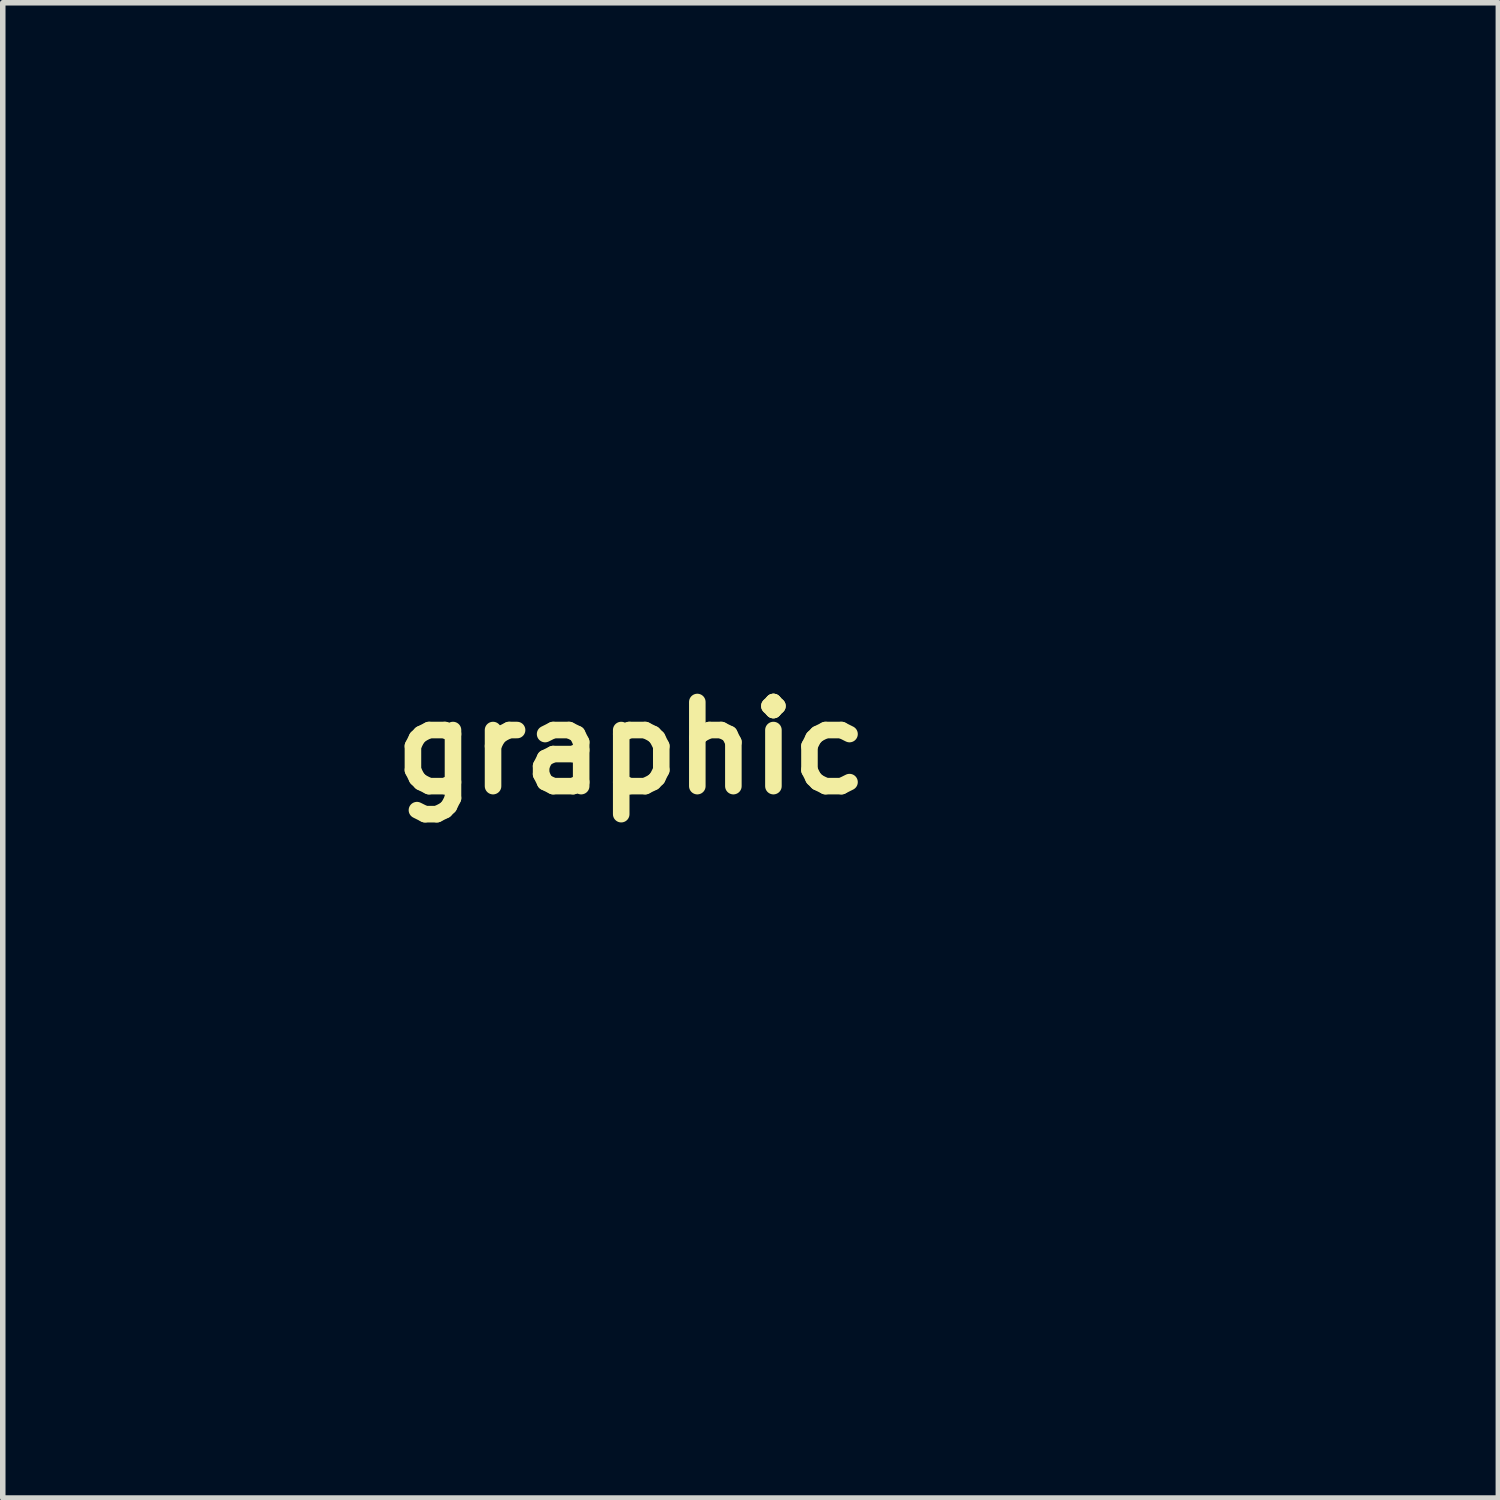
<source format=kicad_pcb>
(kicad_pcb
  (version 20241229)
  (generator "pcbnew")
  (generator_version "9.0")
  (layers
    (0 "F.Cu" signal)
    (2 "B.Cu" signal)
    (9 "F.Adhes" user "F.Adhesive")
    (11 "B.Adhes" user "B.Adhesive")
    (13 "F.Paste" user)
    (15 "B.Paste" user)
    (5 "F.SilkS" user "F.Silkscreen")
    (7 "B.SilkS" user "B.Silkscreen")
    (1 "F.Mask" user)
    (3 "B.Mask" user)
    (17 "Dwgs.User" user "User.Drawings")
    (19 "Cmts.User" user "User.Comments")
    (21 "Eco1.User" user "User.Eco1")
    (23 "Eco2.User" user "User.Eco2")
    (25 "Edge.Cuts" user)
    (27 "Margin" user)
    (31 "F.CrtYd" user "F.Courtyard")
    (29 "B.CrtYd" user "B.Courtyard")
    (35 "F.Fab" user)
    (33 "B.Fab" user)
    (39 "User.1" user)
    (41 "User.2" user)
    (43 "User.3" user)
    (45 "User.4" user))
  (footprint "graphic"
    (layer "F.Cu")
    (at 8.387 10.504)
    (property "Reference" "graphic" (at 0 0 0) (layer "F.SilkS") (effects (font (size 1.524 1.524) (thickness 0.3))))
    (attr through_hole)
    (fp_poly (pts (xy 3.723 1.673) (xy 3.725 1.693) (xy 3.661 1.776) (xy 3.641 1.778) (xy 3.558 1.714) (xy 3.556 1.693) (xy 3.62 1.611) (xy 3.641 1.609) (xy 3.723 1.673)) (stroke (width 0.01) (type solid)) (fill no) (layer "Eco2.User"))
    (fp_poly (pts (xy 9.396 5.568) (xy 9.398 5.588) (xy 9.334 5.67) (xy 9.313 5.673) (xy 9.231 5.608) (xy 9.229 5.588) (xy 9.293 5.506) (xy 9.313 5.503) (xy 9.396 5.568)) (stroke (width 0.01) (type solid)) (fill no) (layer "Eco2.User"))
    (fp_poly (pts (xy 2.873 1.732) (xy 2.943 1.84) (xy 2.96 1.991) (xy 2.921 2.101) (xy 2.884 2.117) (xy 2.799 2.047) (xy 2.75 1.941) (xy 2.726 1.762) (xy 2.794 1.702) (xy 2.873 1.732)) (stroke (width 0.01) (type solid)) (fill no) (layer "Eco2.User"))
    (fp_poly (pts (xy -6.443 -0.807) (xy -6.295 -0.706) (xy -6.281 -0.575) (xy -6.399 -0.475) (xy -6.537 -0.43) (xy -6.618 -0.468) (xy -6.692 -0.554) (xy -6.746 -0.703) (xy -6.669 -0.804) (xy -6.496 -0.82) (xy -6.443 -0.807)) (stroke (width 0.01) (type solid)) (fill no) (layer "Eco2.User"))
    (fp_poly (pts (xy 3.597 2.653) (xy 3.717 2.742) (xy 3.802 2.854) (xy 3.81 2.889) (xy 3.755 2.961) (xy 3.64 2.944) (xy 3.536 2.856) (xy 3.521 2.824) (xy 3.496 2.684) (xy 3.51 2.643) (xy 3.597 2.653)) (stroke (width 0.01) (type solid)) (fill no) (layer "Eco2.User"))
    (fp_poly (pts (xy 1.468 -0.645) (xy 1.557 -0.543) (xy 1.6 -0.404) (xy 1.553 -0.349) (xy 1.378 -0.339) (xy 1.355 -0.339) (xy 1.169 -0.365) (xy 1.103 -0.464) (xy 1.101 -0.508) (xy 1.165 -0.634) (xy 1.312 -0.681) (xy 1.468 -0.645)) (stroke (width 0.01) (type solid)) (fill no) (layer "Eco2.User"))
    (fp_poly (pts (xy 12.7 0.782) (xy 12.638 0.926) (xy 12.488 1.086) (xy 12.477 1.095) (xy 12.273 1.216) (xy 12.084 1.268) (xy 11.961 1.241) (xy 11.938 1.185) (xy 12.008 1.113) (xy 12.082 1.101) (xy 12.233 1.045) (xy 12.424 0.908) (xy 12.463 0.873) (xy 12.618 0.74) (xy 12.689 0.729) (xy 12.7 0.782)) (stroke (width 0.01) (type solid)) (fill no) (layer "Eco2.User"))
    (fp_poly (pts (xy 2.616 -2.646) (xy 2.568 -2.535) (xy 2.556 -2.522) (xy 2.486 -2.372) (xy 2.455 -2.149) (xy 2.455 -2.142) (xy 2.433 -1.953) (xy 2.378 -1.864) (xy 2.371 -1.863) (xy 2.317 -1.938) (xy 2.288 -2.124) (xy 2.286 -2.191) (xy 2.32 -2.448) (xy 2.407 -2.619) (xy 2.415 -2.626) (xy 2.549 -2.688) (xy 2.616 -2.646)) (stroke (width 0.01) (type solid)) (fill no) (layer "Eco2.User"))
    (fp_poly (pts (xy 12.677 -0.852) (xy 12.682 -0.627) (xy 12.681 -0.55) (xy 12.641 -0.124) (xy 12.519 0.229) (xy 12.472 0.318) (xy 12.311 0.564) (xy 12.191 0.667) (xy 12.121 0.623) (xy 12.107 0.51) (xy 12.141 0.347) (xy 12.229 0.092) (xy 12.328 -0.146) (xy 12.458 -0.442) (xy 12.566 -0.706) (xy 12.618 -0.847) (xy 12.656 -0.922) (xy 12.677 -0.852)) (stroke (width 0.01) (type solid)) (fill no) (layer "Eco2.User"))
    (fp_poly (pts (xy 2.706 -6.718) (xy 2.643 -6.555) (xy 2.569 -6.442) (xy 2.43 -6.242) (xy 2.908 -6.282) (xy 3.195 -6.295) (xy 3.344 -6.272) (xy 3.387 -6.209) (xy 3.334 -6.143) (xy 3.159 -6.107) (xy 2.84 -6.096) (xy 2.836 -6.096) (xy 2.517 -6.11) (xy 2.328 -6.148) (xy 2.286 -6.189) (xy 2.327 -6.327) (xy 2.424 -6.513) (xy 2.538 -6.682) (xy 2.631 -6.771) (xy 2.643 -6.773) (xy 2.706 -6.718)) (stroke (width 0.01) (type solid)) (fill no) (layer "Eco2.User"))
    (fp_poly (pts (xy 12.641 -1.256) (xy 12.7 -1.185) (xy 12.631 -1.111) (xy 12.568 -1.101) (xy 12.406 -1.03) (xy 12.209 -0.847) (xy 12.011 -0.59) (xy 11.846 -0.301) (xy 11.799 -0.192) (xy 11.693 0.033) (xy 11.599 0.152) (xy 11.54 0.152) (xy 11.536 0.021) (xy 11.554 -0.064) (xy 11.644 -0.298) (xy 11.798 -0.582) (xy 11.981 -0.861) (xy 12.159 -1.083) (xy 12.282 -1.188) (xy 12.482 -1.259) (xy 12.641 -1.256)) (stroke (width 0.01) (type solid)) (fill no) (layer "Eco2.User"))
    (fp_poly (pts (xy 1.656 -3.71) (xy 1.827 -3.676) (xy 1.863 -3.641) (xy 1.785 -3.597) (xy 1.577 -3.566) (xy 1.291 -3.554) (xy 0.952 -3.54) (xy 0.543 -3.504) (xy 0.11 -3.452) (xy -0.299 -3.391) (xy -0.637 -3.327) (xy -0.857 -3.267) (xy -0.868 -3.262) (xy -0.99 -3.246) (xy -1.016 -3.283) (xy -0.946 -3.37) (xy -0.783 -3.458) (xy -0.536 -3.53) (xy -0.2 -3.593) (xy 0.193 -3.647) (xy 0.609 -3.687) (xy 1.014 -3.713) (xy 1.374 -3.721) (xy 1.656 -3.71)) (stroke (width 0.01) (type solid)) (fill no) (layer "Eco2.User"))
    (fp_poly (pts (xy 6.179 -1.144) (xy 6.232 -1.034) (xy 6.262 -0.819) (xy 6.265 -0.715) (xy 6.265 -0.339) (xy 5.884 -0.339) (xy 5.65 -0.346) (xy 5.539 -0.389) (xy 5.505 -0.496) (xy 5.503 -0.586) (xy 5.519 -0.664) (xy 5.689 -0.664) (xy 5.709 -0.553) (xy 5.876 -0.508) (xy 5.884 -0.508) (xy 6.045 -0.543) (xy 6.095 -0.681) (xy 6.096 -0.72) (xy 6.071 -0.888) (xy 5.982 -0.913) (xy 5.821 -0.813) (xy 5.689 -0.664) (xy 5.519 -0.664) (xy 5.544 -0.784) (xy 5.692 -0.944) (xy 5.798 -1.015) (xy 6.002 -1.118) (xy 6.153 -1.151) (xy 6.179 -1.144)) (stroke (width 0.01) (type solid)) (fill no) (layer "Eco2.User"))
    (fp_poly (pts (xy -5.689 -6.343) (xy -5.557 -6.312) (xy -5.509 -6.235) (xy -5.503 -6.138) (xy -5.52 -6.005) (xy -5.602 -5.944) (xy -5.794 -5.929) (xy -5.863 -5.929) (xy -6.132 -5.953) (xy -6.353 -6.008) (xy -6.392 -6.026) (xy -6.563 -6.13) (xy -6.565 -6.134) (xy -6.163 -6.134) (xy -6.061 -6.12) (xy -5.969 -6.117) (xy -5.795 -6.124) (xy -5.75 -6.143) (xy -5.778 -6.154) (xy -5.981 -6.17) (xy -6.116 -6.156) (xy -6.163 -6.134) (xy -6.565 -6.134) (xy -6.603 -6.194) (xy -6.531 -6.259) (xy -6.517 -6.269) (xy -6.364 -6.314) (xy -6.112 -6.343) (xy -5.948 -6.349) (xy -5.689 -6.343)) (stroke (width 0.01) (type solid)) (fill no) (layer "Eco2.User"))
    (fp_poly (pts (xy -4.445 -5.038) (xy -5.271 -5.013) (xy -5.668 -5.007) (xy -5.921 -5.018) (xy -6.056 -5.048) (xy -6.096 -5.1) (xy -6.096 -5.101) (xy -6.021 -5.249) (xy -5.715 -5.249) (xy -5.667 -5.202) (xy -5.466 -5.173) (xy -5.17 -5.165) (xy -4.864 -5.176) (xy -4.652 -5.206) (xy -4.572 -5.249) (xy -4.572 -5.249) (xy -4.65 -5.294) (xy -4.855 -5.324) (xy -5.117 -5.334) (xy -5.406 -5.322) (xy -5.623 -5.29) (xy -5.715 -5.249) (xy -6.021 -5.249) (xy -6.017 -5.257) (xy -5.796 -5.383) (xy -5.463 -5.468) (xy -5.043 -5.503) (xy -4.998 -5.503) (xy -4.391 -5.503) (xy -4.445 -5.038)) (stroke (width 0.01) (type solid)) (fill no) (layer "Eco2.User"))
    (fp_poly (pts (xy 2.614 0.865) (xy 2.624 0.91) (xy 2.558 0.991) (xy 2.396 1.11) (xy 2.349 1.139) (xy 2.208 1.209) (xy 2.033 1.258) (xy 1.792 1.291) (xy 1.451 1.312) (xy 0.976 1.326) (xy 0.931 1.327) (xy 0.502 1.332) (xy 0.13 1.33) (xy -0.15 1.321) (xy -0.304 1.307) (xy -0.318 1.303) (xy -0.417 1.241) (xy -0.385 1.198) (xy -0.213 1.172) (xy 0.108 1.163) (xy 0.588 1.169) (xy 0.668 1.171) (xy 1.136 1.179) (xy 1.474 1.175) (xy 1.72 1.154) (xy 1.913 1.112) (xy 2.093 1.046) (xy 2.145 1.023) (xy 2.408 0.906) (xy 2.553 0.857) (xy 2.614 0.865)) (stroke (width 0.01) (type solid)) (fill no) (layer "Eco2.User"))
    (fp_poly (pts (xy 11.146 -4.356) (xy 11.176 -4.323) (xy 11.103 -4.245) (xy 10.943 -4.187) (xy 10.765 -4.143) (xy 10.61 -4.083) (xy 10.45 -3.988) (xy 10.26 -3.839) (xy 10.013 -3.616) (xy 9.683 -3.3) (xy 9.532 -3.154) (xy 9.132 -2.771) (xy 8.836 -2.504) (xy 8.634 -2.345) (xy 8.515 -2.285) (xy 8.468 -2.318) (xy 8.467 -2.337) (xy 8.524 -2.41) (xy 8.681 -2.573) (xy 8.91 -2.802) (xy 9.187 -3.073) (xy 9.486 -3.361) (xy 9.782 -3.642) (xy 10.048 -3.89) (xy 10.26 -4.081) (xy 10.392 -4.191) (xy 10.401 -4.198) (xy 10.575 -4.28) (xy 10.794 -4.34) (xy 11.004 -4.368) (xy 11.146 -4.356)) (stroke (width 0.01) (type solid)) (fill no) (layer "Eco2.User"))
    (fp_poly (pts (xy 8.515 0.624) (xy 8.542 0.632) (xy 8.691 0.76) (xy 8.767 1) (xy 8.82 1.285) (xy 8.889 1.442) (xy 9.016 1.509) (xy 9.245 1.524) (xy 9.353 1.524) (xy 9.609 1.537) (xy 9.779 1.57) (xy 9.821 1.602) (xy 9.849 1.744) (xy 9.873 1.813) (xy 9.865 1.927) (xy 9.788 1.947) (xy 9.67 1.883) (xy 9.652 1.82) (xy 9.601 1.736) (xy 9.429 1.698) (xy 9.278 1.693) (xy 8.949 1.68) (xy 8.755 1.624) (xy 8.662 1.504) (xy 8.636 1.297) (xy 8.636 1.266) (xy 8.599 0.997) (xy 8.473 0.828) (xy 8.451 0.811) (xy 8.324 0.684) (xy 8.351 0.612) (xy 8.515 0.624)) (stroke (width 0.01) (type solid)) (fill no) (layer "Eco2.User"))
    (fp_poly (pts (xy 5.517 3.93) (xy 5.626 4.058) (xy 5.669 4.308) (xy 5.673 4.452) (xy 5.661 4.641) (xy 5.594 4.72) (xy 5.419 4.733) (xy 5.355 4.732) (xy 5.103 4.715) (xy 4.906 4.687) (xy 4.889 4.683) (xy 4.791 4.612) (xy 4.747 4.439) (xy 4.741 4.269) (xy 4.763 4.016) (xy 4.814 3.907) (xy 4.873 3.948) (xy 4.92 4.147) (xy 4.927 4.212) (xy 4.959 4.423) (xy 5.041 4.519) (xy 5.221 4.555) (xy 5.234 4.557) (xy 5.424 4.563) (xy 5.493 4.504) (xy 5.488 4.345) (xy 5.421 4.151) (xy 5.271 4.079) (xy 5.109 4.025) (xy 5.097 3.953) (xy 5.224 3.902) (xy 5.325 3.895) (xy 5.517 3.93)) (stroke (width 0.01) (type solid)) (fill no) (layer "Eco2.User"))
    (fp_poly (pts (xy 5.772 5.832) (xy 5.887 6.007) (xy 5.927 6.331) (xy 5.927 6.336) (xy 5.906 6.597) (xy 5.855 6.792) (xy 5.825 6.841) (xy 5.676 6.909) (xy 5.455 6.941) (xy 5.243 6.93) (xy 5.136 6.886) (xy 5.101 6.773) (xy 5.081 6.559) (xy 5.08 6.486) (xy 5.249 6.486) (xy 5.262 6.684) (xy 5.325 6.759) (xy 5.48 6.758) (xy 5.482 6.758) (xy 5.631 6.722) (xy 5.705 6.625) (xy 5.738 6.417) (xy 5.741 6.371) (xy 5.739 6.123) (xy 5.672 6.02) (xy 5.519 6.048) (xy 5.413 6.099) (xy 5.285 6.244) (xy 5.249 6.486) (xy 5.08 6.486) (xy 5.08 6.479) (xy 5.104 6.224) (xy 5.202 6.053) (xy 5.334 5.94) (xy 5.586 5.808) (xy 5.772 5.832)) (stroke (width 0.01) (type solid)) (fill no) (layer "Eco2.User"))
    (fp_poly (pts (xy -6.265 -1.32) (xy -5.976 -1.236) (xy -5.962 -1.23) (xy -5.795 -1.153) (xy -5.709 -1.068) (xy -5.68 -0.924) (xy -5.687 -0.669) (xy -5.69 -0.616) (xy -5.715 -0.127) (xy -6.138 -0.107) (xy -6.491 -0.125) (xy -6.771 -0.203) (xy -6.795 -0.216) (xy -6.965 -0.353) (xy -7.025 -0.553) (xy -7.027 -0.634) (xy -7.021 -0.689) (xy -6.858 -0.689) (xy -6.79 -0.464) (xy -6.583 -0.322) (xy -6.232 -0.262) (xy -6.16 -0.26) (xy -5.956 -0.265) (xy -5.866 -0.323) (xy -5.843 -0.482) (xy -5.842 -0.591) (xy -5.871 -0.848) (xy -5.975 -1.008) (xy -6.041 -1.058) (xy -6.19 -1.135) (xy -6.333 -1.136) (xy -6.549 -1.058) (xy -6.758 -0.947) (xy -6.845 -0.814) (xy -6.858 -0.689) (xy -7.021 -0.689) (xy -6.984 -1.011) (xy -6.85 -1.248) (xy -6.624 -1.35) (xy -6.545 -1.355) (xy -6.265 -1.32)) (stroke (width 0.01) (type solid)) (fill no) (layer "Eco2.User"))
    (fp_poly (pts (xy 1.688 -1.194) (xy 1.897 -1.047) (xy 2.125 -0.802) (xy 2.204 -0.529) (xy 2.14 -0.192) (xy 2.119 -0.133) (xy 2.048 0.001) (xy 1.932 0.064) (xy 1.717 0.081) (xy 1.632 0.08) (xy 1.306 0.048) (xy 0.988 -0.027) (xy 0.91 -0.056) (xy 0.718 -0.147) (xy 0.625 -0.251) (xy 0.595 -0.427) (xy 0.593 -0.583) (xy 0.762 -0.583) (xy 0.796 -0.389) (xy 0.93 -0.263) (xy 1.037 -0.211) (xy 1.322 -0.126) (xy 1.623 -0.088) (xy 1.626 -0.088) (xy 1.836 -0.1) (xy 1.938 -0.175) (xy 1.991 -0.358) (xy 1.995 -0.378) (xy 2.012 -0.595) (xy 1.939 -0.753) (xy 1.808 -0.883) (xy 1.523 -1.056) (xy 1.239 -1.101) (xy 0.994 -1.027) (xy 0.823 -0.846) (xy 0.762 -0.583) (xy 0.593 -0.583) (xy 0.593 -0.591) (xy 0.621 -0.901) (xy 0.728 -1.093) (xy 0.944 -1.201) (xy 1.22 -1.248) (xy 1.485 -1.258) (xy 1.688 -1.194)) (stroke (width 0.01) (type solid)) (fill no) (layer "Eco2.User"))
    (fp_poly (pts (xy 2.764 5.173) (xy 2.975 5.205) (xy 3.111 5.262) (xy 3.116 5.266) (xy 3.203 5.459) (xy 3.205 5.726) (xy 3.133 6.003) (xy 2.999 6.225) (xy 2.929 6.285) (xy 2.787 6.321) (xy 2.541 6.337) (xy 2.255 6.332) (xy 1.994 6.306) (xy 1.905 6.289) (xy 1.656 6.175) (xy 1.54 5.973) (xy 1.524 5.804) (xy 1.605 5.497) (xy 1.735 5.334) (xy 1.913 5.204) (xy 2.004 5.203) (xy 1.982 5.308) (xy 1.87 5.453) (xy 1.727 5.685) (xy 1.72 5.901) (xy 1.844 6.061) (xy 1.947 6.105) (xy 2.17 6.145) (xy 2.455 6.17) (xy 2.521 6.172) (xy 2.758 6.164) (xy 2.886 6.105) (xy 2.964 5.967) (xy 2.969 5.953) (xy 3.045 5.66) (xy 2.997 5.473) (xy 2.814 5.374) (xy 2.646 5.35) (xy 2.426 5.318) (xy 2.299 5.266) (xy 2.286 5.244) (xy 2.359 5.191) (xy 2.538 5.168) (xy 2.764 5.173)) (stroke (width 0.01) (type solid)) (fill no) (layer "Eco2.User"))
    (fp_poly (pts (xy 5.328 -4.181) (xy 5.316 -4.115) (xy 5.247 -4.061) (xy 5.217 -4.01) (xy 5.338 -3.985) (xy 5.482 -3.981) (xy 5.842 -3.979) (xy 5.842 -3.56) (xy 5.822 -3.263) (xy 5.772 -3.003) (xy 5.744 -2.925) (xy 5.652 -2.785) (xy 5.507 -2.722) (xy 5.284 -2.709) (xy 4.997 -2.743) (xy 4.8 -2.833) (xy 4.79 -2.842) (xy 4.677 -3.063) (xy 4.672 -3.122) (xy 4.832 -3.122) (xy 4.868 -2.956) (xy 4.882 -2.935) (xy 5.026 -2.88) (xy 5.242 -2.876) (xy 5.459 -2.913) (xy 5.603 -2.985) (xy 5.621 -3.013) (xy 5.655 -3.182) (xy 5.672 -3.429) (xy 5.673 -3.478) (xy 5.673 -3.81) (xy 5.302 -3.81) (xy 5.061 -3.796) (xy 4.937 -3.739) (xy 4.879 -3.619) (xy 4.836 -3.366) (xy 4.832 -3.122) (xy 4.672 -3.122) (xy 4.656 -3.359) (xy 4.716 -3.674) (xy 4.846 -3.951) (xy 5.034 -4.131) (xy 5.053 -4.14) (xy 5.228 -4.194) (xy 5.328 -4.181)) (stroke (width 0.01) (type solid)) (fill no) (layer "Eco2.User"))
    (fp_poly (pts (xy 6.753 1.468) (xy 6.949 1.513) (xy 7.027 1.583) (xy 7.027 1.584) (xy 7.071 1.736) (xy 7.16 1.901) (xy 7.244 2.101) (xy 7.314 2.389) (xy 7.341 2.574) (xy 7.348 2.949) (xy 7.273 3.185) (xy 7.11 3.292) (xy 7.017 3.302) (xy 6.941 3.287) (xy 6.894 3.219) (xy 6.869 3.067) (xy 6.859 2.8) (xy 6.858 2.608) (xy 7.033 2.608) (xy 7.042 2.91) (xy 7.074 3.071) (xy 7.112 3.09) (xy 7.166 2.979) (xy 7.191 2.771) (xy 7.191 2.726) (xy 7.17 2.429) (xy 7.132 2.262) (xy 7.087 2.231) (xy 7.05 2.349) (xy 7.033 2.608) (xy 6.858 2.608) (xy 6.858 2.543) (xy 6.854 2.174) (xy 6.836 1.938) (xy 6.799 1.799) (xy 6.734 1.721) (xy 6.694 1.696) (xy 6.395 1.616) (xy 6.066 1.642) (xy 5.914 1.7) (xy 5.746 1.753) (xy 5.681 1.707) (xy 5.747 1.598) (xy 5.794 1.56) (xy 5.961 1.495) (xy 6.21 1.458) (xy 6.49 1.45) (xy 6.753 1.468)) (stroke (width 0.01) (type solid)) (fill no) (layer "Eco2.User"))
    (fp_poly (pts (xy 0.43 4.961) (xy 0.373 5.084) (xy 0.231 5.242) (xy 0.197 5.271) (xy -0.01 5.451) (xy -0.186 5.611) (xy -0.377 5.746) (xy -0.678 5.908) (xy -1.036 6.074) (xy -1.401 6.22) (xy -1.718 6.322) (xy -1.812 6.344) (xy -2.098 6.417) (xy -2.436 6.528) (xy -2.607 6.593) (xy -3.049 6.726) (xy -3.464 6.767) (xy -3.809 6.716) (xy -3.96 6.642) (xy -4.103 6.496) (xy -4.144 6.357) (xy -4.076 6.273) (xy -4.022 6.265) (xy -3.909 6.328) (xy -3.895 6.383) (xy -3.822 6.518) (xy -3.626 6.591) (xy -3.342 6.6) (xy -3.004 6.545) (xy -2.646 6.425) (xy -2.598 6.404) (xy -2.264 6.276) (xy -1.911 6.175) (xy -1.759 6.145) (xy -1.514 6.096) (xy -1.348 6.039) (xy -1.313 6.013) (xy -1.212 5.946) (xy -1.005 5.856) (xy -0.864 5.805) (xy -0.599 5.697) (xy -0.389 5.576) (xy -0.329 5.524) (xy -0.177 5.369) (xy 0.015 5.193) (xy 0.203 5.033) (xy 0.341 4.93) (xy 0.38 4.911) (xy 0.43 4.961)) (stroke (width 0.01) (type solid)) (fill no) (layer "Eco2.User"))
    (fp_poly (pts (xy 1.309 -5.709) (xy 1.355 -5.636) (xy 1.304 -5.555) (xy 1.133 -5.547) (xy 1.079 -5.554) (xy 0.835 -5.556) (xy 0.666 -5.497) (xy 0.611 -5.393) (xy 0.629 -5.343) (xy 0.736 -5.301) (xy 0.967 -5.272) (xy 1.278 -5.255) (xy 1.624 -5.251) (xy 1.96 -5.261) (xy 2.243 -5.284) (xy 2.426 -5.32) (xy 2.455 -5.334) (xy 2.493 -5.387) (xy 2.386 -5.412) (xy 2.226 -5.417) (xy 1.938 -5.444) (xy 1.678 -5.512) (xy 1.496 -5.602) (xy 1.439 -5.686) (xy 1.501 -5.75) (xy 1.629 -5.744) (xy 1.734 -5.675) (xy 1.736 -5.673) (xy 1.843 -5.626) (xy 2.064 -5.595) (xy 2.249 -5.588) (xy 2.516 -5.581) (xy 2.654 -5.548) (xy 2.705 -5.476) (xy 2.709 -5.417) (xy 2.631 -5.248) (xy 2.492 -5.163) (xy 2.322 -5.13) (xy 2.035 -5.107) (xy 1.678 -5.092) (xy 1.301 -5.087) (xy 0.95 -5.093) (xy 0.675 -5.11) (xy 0.529 -5.136) (xy 0.427 -5.251) (xy 0.428 -5.424) (xy 0.519 -5.591) (xy 0.641 -5.675) (xy 0.905 -5.744) (xy 1.144 -5.754) (xy 1.309 -5.709)) (stroke (width 0.01) (type solid)) (fill no) (layer "Eco2.User"))
    (fp_poly (pts (xy -2.475 -8.991) (xy -2.455 -8.822) (xy -2.412 -8.581) (xy -2.335 -8.419) (xy -2.233 -8.315) (xy -2.108 -8.305) (xy -1.939 -8.359) (xy -1.744 -8.418) (xy -1.627 -8.426) (xy -1.62 -8.422) (xy -1.636 -8.345) (xy -1.758 -8.249) (xy -1.93 -8.166) (xy -2.095 -8.131) (xy -2.251 -8.08) (xy -2.267 -7.943) (xy -2.167 -7.767) (xy -2.007 -7.662) (xy -1.904 -7.674) (xy -1.795 -7.687) (xy -1.796 -7.612) (xy -1.902 -7.525) (xy -2.061 -7.496) (xy -2.227 -7.477) (xy -2.286 -7.433) (xy -2.357 -7.378) (xy -2.455 -7.366) (xy -2.593 -7.401) (xy -2.625 -7.451) (xy -2.56 -7.533) (xy -2.54 -7.535) (xy -2.484 -7.61) (xy -2.456 -7.793) (xy -2.455 -7.832) (xy -2.469 -8.031) (xy -2.541 -8.112) (xy -2.709 -8.128) (xy -2.888 -8.153) (xy -2.963 -8.212) (xy -2.963 -8.213) (xy -2.891 -8.276) (xy -2.752 -8.297) (xy -2.593 -8.326) (xy -2.54 -8.382) (xy -2.609 -8.457) (xy -2.667 -8.467) (xy -2.763 -8.534) (xy -2.793 -8.69) (xy -2.753 -8.867) (xy -2.692 -8.958) (xy -2.552 -9.053) (xy -2.475 -8.991)) (stroke (width 0.01) (type solid)) (fill no) (layer "Eco2.User"))
    (fp_poly (pts (xy 5.045 -6.401) (xy 5.249 -6.356) (xy 5.334 -6.35) (xy 5.479 -6.272) (xy 5.585 -6.06) (xy 5.643 -5.745) (xy 5.645 -5.36) (xy 5.636 -5.267) (xy 5.584 -4.784) (xy 5.964 -4.556) (xy 6.237 -4.352) (xy 6.384 -4.124) (xy 6.417 -3.831) (xy 6.351 -3.432) (xy 6.35 -3.429) (xy 6.296 -3.099) (xy 6.293 -2.817) (xy 6.307 -2.739) (xy 6.347 -2.496) (xy 6.364 -2.197) (xy 6.364 -2.13) (xy 6.384 -1.856) (xy 6.481 -1.66) (xy 6.596 -1.537) (xy 6.808 -1.239) (xy 6.884 -0.995) (xy 6.897 -0.762) (xy 6.846 -0.676) (xy 6.745 -0.734) (xy 6.702 -0.854) (xy 6.689 -1) (xy 6.624 -1.207) (xy 6.458 -1.429) (xy 6.438 -1.449) (xy 6.338 -1.548) (xy 6.267 -1.642) (xy 6.22 -1.761) (xy 6.192 -1.936) (xy 6.178 -2.196) (xy 6.171 -2.571) (xy 6.168 -2.963) (xy 6.178 -3.298) (xy 6.205 -3.621) (xy 6.224 -3.748) (xy 6.243 -4.002) (xy 6.17 -4.193) (xy 5.981 -4.36) (xy 5.733 -4.5) (xy 5.4 -4.669) (xy 5.457 -5.195) (xy 5.474 -5.651) (xy 5.41 -5.968) (xy 5.26 -6.157) (xy 5.129 -6.214) (xy 4.967 -6.285) (xy 4.911 -6.361) (xy 4.973 -6.414) (xy 5.045 -6.401)) (stroke (width 0.01) (type solid)) (fill no) (layer "Eco2.User"))
    (fp_poly (pts (xy 11.64 -4.433) (xy 11.76 -4.333) (xy 11.766 -4.324) (xy 11.817 -4.154) (xy 11.846 -3.92) (xy 11.85 -3.676) (xy 11.83 -3.48) (xy 11.784 -3.388) (xy 11.776 -3.387) (xy 11.729 -3.31) (xy 11.685 -3.111) (xy 11.66 -2.9) (xy 11.62 -2.565) (xy 11.547 -2.113) (xy 11.449 -1.588) (xy 11.335 -1.037) (xy 11.215 -0.506) (xy 11.13 -0.164) (xy 11.035 0.248) (xy 11.005 0.525) (xy 11.044 0.687) (xy 11.152 0.756) (xy 11.221 0.762) (xy 11.401 0.717) (xy 11.484 0.635) (xy 11.567 0.528) (xy 11.655 0.517) (xy 11.684 0.587) (xy 11.608 0.744) (xy 11.418 0.87) (xy 11.168 0.93) (xy 11.128 0.931) (xy 10.938 0.92) (xy 10.857 0.851) (xy 10.839 0.674) (xy 10.839 0.614) (xy 10.864 0.31) (xy 10.921 -0.01) (xy 10.929 -0.042) (xy 11.037 -0.493) (xy 11.152 -1.026) (xy 11.265 -1.592) (xy 11.367 -2.145) (xy 11.448 -2.634) (xy 11.499 -3.014) (xy 11.503 -3.051) (xy 11.542 -3.373) (xy 11.587 -3.636) (xy 11.628 -3.787) (xy 11.633 -3.796) (xy 11.674 -3.981) (xy 11.621 -4.172) (xy 11.502 -4.3) (xy 11.428 -4.318) (xy 11.292 -4.354) (xy 11.261 -4.403) (xy 11.325 -4.478) (xy 11.473 -4.485) (xy 11.64 -4.433)) (stroke (width 0.01) (type solid)) (fill no) (layer "Eco2.User"))
    (fp_poly (pts (xy 8.659 -1.889) (xy 8.776 -1.826) (xy 9.019 -1.702) (xy 9.213 -1.623) (xy 9.282 -1.609) (xy 9.385 -1.541) (xy 9.398 -1.485) (xy 9.355 -1.32) (xy 9.24 -1.052) (xy 9.073 -0.719) (xy 8.877 -0.359) (xy 8.671 -0.011) (xy 8.477 0.287) (xy 8.316 0.498) (xy 8.298 0.518) (xy 8.125 0.69) (xy 7.981 0.789) (xy 7.808 0.834) (xy 7.548 0.846) (xy 7.393 0.847) (xy 7.091 0.839) (xy 6.859 0.819) (xy 6.746 0.791) (xy 6.745 0.79) (xy 6.712 0.679) (xy 6.692 0.459) (xy 6.689 0.316) (xy 6.771 -0.224) (xy 7.016 -0.722) (xy 7.072 -0.798) (xy 7.188 -0.923) (xy 7.236 -0.913) (xy 7.217 -0.79) (xy 7.129 -0.575) (xy 7.073 -0.464) (xy 6.906 -0.037) (xy 6.858 0.309) (xy 6.858 0.677) (xy 7.36 0.677) (xy 7.681 0.662) (xy 7.902 0.605) (xy 8.087 0.487) (xy 8.106 0.471) (xy 8.227 0.329) (xy 8.395 0.084) (xy 8.586 -0.226) (xy 8.778 -0.562) (xy 8.95 -0.884) (xy 9.078 -1.153) (xy 9.141 -1.33) (xy 9.144 -1.356) (xy 9.076 -1.428) (xy 8.904 -1.543) (xy 8.682 -1.671) (xy 8.458 -1.784) (xy 8.286 -1.853) (xy 8.237 -1.862) (xy 8.166 -1.793) (xy 8.048 -1.613) (xy 7.927 -1.397) (xy 7.789 -1.153) (xy 7.672 -0.985) (xy 7.61 -0.931) (xy 7.555 -0.95) (xy 7.553 -1.025) (xy 7.613 -1.186) (xy 7.743 -1.463) (xy 7.773 -1.524) (xy 7.953 -1.833) (xy 8.137 -1.99) (xy 8.36 -2.005) (xy 8.659 -1.889)) (stroke (width 0.01) (type solid)) (fill no) (layer "Eco2.User"))
    (fp_poly (pts (xy -6.608 -6.885) (xy -6.604 -6.872) (xy -6.68 -6.79) (xy -6.872 -6.724) (xy -7.127 -6.691) (xy -7.178 -6.69) (xy -7.364 -6.634) (xy -7.422 -6.493) (xy -7.345 -6.3) (xy -7.284 -6.226) (xy -7.145 -6.001) (xy -7.167 -5.811) (xy -7.343 -5.675) (xy -7.519 -5.627) (xy -7.805 -5.573) (xy -7.962 -5.508) (xy -8.028 -5.394) (xy -8.043 -5.196) (xy -8.043 -5.13) (xy -8.019 -4.84) (xy -7.941 -4.704) (xy -7.799 -4.712) (xy -7.686 -4.779) (xy -7.424 -4.88) (xy -7.077 -4.91) (xy -6.714 -4.869) (xy -6.403 -4.761) (xy -6.371 -4.742) (xy -5.924 -4.551) (xy -5.48 -4.529) (xy -5.08 -4.648) (xy -4.842 -4.727) (xy -4.541 -4.786) (xy -4.221 -4.821) (xy -3.923 -4.832) (xy -3.69 -4.814) (xy -3.566 -4.766) (xy -3.556 -4.741) (xy -3.634 -4.697) (xy -3.84 -4.667) (xy -4.11 -4.657) (xy -4.618 -4.615) (xy -5.015 -4.487) (xy -5.419 -4.348) (xy -5.801 -4.348) (xy -6.011 -4.4) (xy -6.241 -4.49) (xy -6.477 -4.604) (xy -6.793 -4.712) (xy -7.144 -4.74) (xy -7.466 -4.689) (xy -7.685 -4.572) (xy -7.872 -4.447) (xy -8.028 -4.403) (xy -8.113 -4.422) (xy -8.163 -4.503) (xy -8.19 -4.681) (xy -8.204 -4.991) (xy -8.204 -5.009) (xy -8.203 -5.367) (xy -8.162 -5.588) (xy -8.064 -5.705) (xy -7.886 -5.75) (xy -7.736 -5.756) (xy -7.482 -5.797) (xy -7.356 -5.901) (xy -7.374 -6.048) (xy -7.451 -6.139) (xy -7.586 -6.334) (xy -7.622 -6.549) (xy -7.561 -6.727) (xy -7.429 -6.809) (xy -6.999 -6.887) (xy -6.724 -6.913) (xy -6.608 -6.885)) (stroke (width 0.01) (type solid)) (fill no) (layer "Eco2.User"))
    (fp_poly (pts (xy 1.147 -2.972) (xy 1.178 -2.775) (xy 1.185 -2.59) (xy 1.185 -2.132) (xy 1.545 -2.072) (xy 1.902 -1.977) (xy 2.269 -1.823) (xy 2.589 -1.639) (xy 2.808 -1.451) (xy 2.83 -1.422) (xy 2.918 -1.194) (xy 2.96 -0.864) (xy 2.957 -0.494) (xy 2.909 -0.145) (xy 2.826 0.105) (xy 2.705 0.319) (xy 2.578 0.471) (xy 2.415 0.572) (xy 2.186 0.632) (xy 1.86 0.663) (xy 1.407 0.673) (xy 1.181 0.675) (xy 0.708 0.673) (xy 0.367 0.664) (xy 0.119 0.641) (xy -0.074 0.599) (xy -0.249 0.534) (xy -0.394 0.464) (xy -0.755 0.236) (xy -0.978 -0.038) (xy -1.081 -0.392) (xy -1.084 -0.727) (xy -0.918 -0.727) (xy -0.901 -0.345) (xy -0.817 -0.101) (xy -0.68 0.047) (xy -0.448 0.21) (xy -0.291 0.295) (xy -0.092 0.381) (xy 0.104 0.438) (xy 0.338 0.473) (xy 0.653 0.491) (xy 1.088 0.498) (xy 1.185 0.499) (xy 1.738 0.491) (xy 2.124 0.465) (xy 2.343 0.419) (xy 2.379 0.399) (xy 2.613 0.117) (xy 2.748 -0.286) (xy 2.777 -0.787) (xy 2.752 -1.312) (xy 2.201 -1.609) (xy 1.96 -1.735) (xy 1.767 -1.819) (xy 1.576 -1.869) (xy 1.343 -1.893) (xy 1.022 -1.899) (xy 0.66 -1.897) (xy 0.157 -1.885) (xy -0.193 -1.857) (xy -0.404 -1.81) (xy -0.468 -1.776) (xy -0.689 -1.501) (xy -0.843 -1.132) (xy -0.918 -0.727) (xy -1.084 -0.727) (xy -1.085 -0.833) (xy -1.025 -1.248) (xy -0.894 -1.559) (xy -0.663 -1.805) (xy -0.303 -2.028) (xy -0.184 -2.088) (xy -0.201 -2.163) (xy -0.276 -2.331) (xy -0.296 -2.371) (xy -0.366 -2.55) (xy -0.38 -2.682) (xy -0.346 -2.727) (xy -0.269 -2.651) (xy -0.253 -2.624) (xy -0.089 -2.373) (xy 0.08 -2.233) (xy 0.316 -2.165) (xy 0.537 -2.143) (xy 1.016 -2.108) (xy 1.016 -2.578) (xy 1.03 -2.834) (xy 1.065 -3.005) (xy 1.101 -3.048) (xy 1.147 -2.972)) (stroke (width 0.01) (type solid)) (fill no) (layer "Eco2.User"))
    (fp_poly (pts (xy 3.675 -4.555) (xy 3.731 -4.485) (xy 3.858 -4.169) (xy 3.847 -3.807) (xy 3.773 -3.549) (xy 3.691 -3.305) (xy 3.672 -3.152) (xy 3.721 -3.025) (xy 3.815 -2.89) (xy 3.919 -2.725) (xy 3.965 -2.557) (xy 3.964 -2.325) (xy 3.944 -2.115) (xy 3.915 -1.832) (xy 3.916 -1.682) (xy 3.956 -1.631) (xy 4.042 -1.644) (xy 4.059 -1.649) (xy 4.201 -1.658) (xy 4.233 -1.582) (xy 4.304 -1.464) (xy 4.403 -1.415) (xy 4.54 -1.322) (xy 4.572 -1.236) (xy 4.554 -1.126) (xy 4.478 -1.119) (xy 4.307 -1.215) (xy 4.273 -1.237) (xy 4.064 -1.374) (xy 4.064 -1) (xy 4.092 -0.729) (xy 4.16 -0.507) (xy 4.188 -0.461) (xy 4.269 -0.256) (xy 4.311 0.074) (xy 4.315 0.226) (xy 4.322 0.516) (xy 4.354 0.691) (xy 4.437 0.806) (xy 4.594 0.916) (xy 4.636 0.941) (xy 4.883 1.104) (xy 5.016 1.247) (xy 5.069 1.426) (xy 5.079 1.656) (xy 5.105 1.91) (xy 5.21 2.083) (xy 5.344 2.195) (xy 5.581 2.343) (xy 5.81 2.444) (xy 5.831 2.45) (xy 5.987 2.525) (xy 6.068 2.678) (xy 6.099 2.842) (xy 6.156 3.138) (xy 6.252 3.303) (xy 6.428 3.373) (xy 6.694 3.387) (xy 6.934 3.402) (xy 7.085 3.441) (xy 7.112 3.471) (xy 7.189 3.518) (xy 7.386 3.548) (xy 7.578 3.556) (xy 7.833 3.57) (xy 8.002 3.606) (xy 8.043 3.641) (xy 7.966 3.686) (xy 7.765 3.716) (xy 7.54 3.725) (xy 7.263 3.712) (xy 7.059 3.678) (xy 6.985 3.641) (xy 6.875 3.589) (xy 6.661 3.559) (xy 6.566 3.556) (xy 6.308 3.535) (xy 6.149 3.453) (xy 6.063 3.347) (xy 5.961 3.103) (xy 5.927 2.882) (xy 5.893 2.688) (xy 5.814 2.625) (xy 5.685 2.58) (xy 5.473 2.467) (xy 5.306 2.363) (xy 5.079 2.202) (xy 4.961 2.07) (xy 4.917 1.91) (xy 4.911 1.726) (xy 4.899 1.5) (xy 4.839 1.346) (xy 4.696 1.205) (xy 4.53 1.083) (xy 4.319 0.927) (xy 4.205 0.799) (xy 4.158 0.638) (xy 4.146 0.383) (xy 4.146 0.301) (xy 4.121 -0.059) (xy 4.054 -0.314) (xy 4.019 -0.376) (xy 3.941 -0.57) (xy 3.898 -0.865) (xy 3.895 -0.985) (xy 3.878 -1.246) (xy 3.836 -1.434) (xy 3.801 -1.487) (xy 3.75 -1.615) (xy 3.749 -1.902) (xy 3.764 -2.067) (xy 3.788 -2.375) (xy 3.771 -2.576) (xy 3.705 -2.728) (xy 3.646 -2.811) (xy 3.519 -3.004) (xy 3.481 -3.19) (xy 3.529 -3.424) (xy 3.612 -3.651) (xy 3.697 -3.915) (xy 3.699 -4.118) (xy 3.656 -4.261) (xy 3.602 -4.46) (xy 3.612 -4.568) (xy 3.675 -4.555)) (stroke (width 0.01) (type solid)) (fill no) (layer "Eco2.User"))
    (fp_poly (pts (xy -7.914 -4.24) (xy -7.884 -4.036) (xy -7.874 -3.782) (xy -7.864 -3.471) (xy -7.825 -3.271) (xy -7.74 -3.128) (xy -7.662 -3.048) (xy -7.524 -2.942) (xy -7.453 -2.936) (xy -7.451 -2.949) (xy -7.388 -3.042) (xy -7.357 -3.048) (xy -7.305 -2.988) (xy -7.329 -2.9) (xy -7.375 -2.734) (xy -7.421 -2.471) (xy -7.444 -2.293) (xy -7.488 -2.032) (xy -7.55 -1.851) (xy -7.594 -1.8) (xy -7.657 -1.832) (xy -7.661 -2.001) (xy -7.65 -2.09) (xy -7.604 -2.413) (xy -7.777 -2.143) (xy -7.877 -1.912) (xy -7.93 -1.641) (xy -7.931 -1.387) (xy -7.879 -1.204) (xy -7.821 -1.151) (xy -7.711 -1.184) (xy -7.526 -1.31) (xy -7.337 -1.473) (xy -7.127 -1.68) (xy -7.021 -1.826) (xy -6.995 -1.959) (xy -7.023 -2.124) (xy -7.089 -2.366) (xy -7.151 -2.556) (xy -7.154 -2.561) (xy -7.167 -2.684) (xy -7.127 -2.709) (xy -7.043 -2.638) (xy -6.949 -2.46) (xy -6.931 -2.413) (xy -6.821 -2.196) (xy -6.661 -2.079) (xy -6.413 -2.046) (xy -6.091 -2.075) (xy -5.673 -2.133) (xy -5.673 -2.633) (xy -5.66 -2.9) (xy -5.626 -3.081) (xy -5.588 -3.133) (xy -5.543 -3.056) (xy -5.512 -2.854) (xy -5.503 -2.625) (xy -5.503 -2.117) (xy -5.08 -2.117) (xy -4.789 -2.137) (xy -4.661 -2.199) (xy -4.655 -2.223) (xy -4.609 -2.359) (xy -4.504 -2.52) (xy -4.383 -2.651) (xy -4.288 -2.7) (xy -4.273 -2.692) (xy -4.274 -2.591) (xy -4.352 -2.442) (xy -4.463 -2.242) (xy -4.454 -2.091) (xy -4.31 -1.942) (xy -4.183 -1.852) (xy -3.878 -1.651) (xy -3.924 -0.783) (xy -3.952 -0.362) (xy -3.991 -0.057) (xy -4.054 0.187) (xy -4.154 0.424) (xy -4.243 0.598) (xy -4.407 0.873) (xy -4.568 1.091) (xy -4.686 1.201) (xy -4.876 1.244) (xy -5.185 1.253) (xy -5.57 1.231) (xy -5.983 1.181) (xy -6.38 1.108) (xy -6.608 1.049) (xy -6.87 0.977) (xy -7.02 0.958) (xy -7.109 0.994) (xy -7.171 1.066) (xy -7.274 1.307) (xy -7.211 1.517) (xy -7.07 1.643) (xy -6.918 1.767) (xy -6.858 1.865) (xy -6.911 1.943) (xy -7.044 1.913) (xy -7.218 1.785) (xy -7.26 1.743) (xy -7.415 1.525) (xy -7.436 1.303) (xy -7.354 1.067) (xy -7.307 0.918) (xy -7.35 0.798) (xy -7.505 0.647) (xy -7.524 0.632) (xy -7.665 0.501) (xy -7.744 0.373) (xy -7.78 0.194) (xy -7.789 -0.089) (xy -7.789 -0.177) (xy -7.792 -0.276) (xy -7.633 -0.276) (xy -7.619 -0.015) (xy -7.576 0.228) (xy -7.505 0.405) (xy -7.472 0.446) (xy -7.269 0.576) (xy -6.957 0.721) (xy -6.589 0.859) (xy -6.22 0.969) (xy -6.011 1.015) (xy -5.47 1.086) (xy -5.067 1.084) (xy -4.788 1.009) (xy -4.66 0.915) (xy -4.407 0.565) (xy -4.232 0.131) (xy -4.127 -0.418) (xy -4.095 -0.771) (xy -4.044 -1.566) (xy -4.308 -1.719) (xy -4.478 -1.797) (xy -4.568 -1.796) (xy -4.572 -1.783) (xy -4.634 -1.697) (xy -4.657 -1.693) (xy -4.731 -1.762) (xy -4.741 -1.825) (xy -4.765 -1.887) (xy -4.856 -1.923) (xy -5.045 -1.936) (xy -5.361 -1.931) (xy -5.51 -1.925) (xy -5.855 -1.903) (xy -6.134 -1.868) (xy -6.304 -1.826) (xy -6.335 -1.806) (xy -6.45 -1.734) (xy -6.659 -1.669) (xy -6.701 -1.661) (xy -7.027 -1.523) (xy -7.277 -1.291) (xy -7.414 -1.106) (xy -7.47 -0.978) (xy -7.456 -0.947) (xy -7.375 -0.848) (xy -7.366 -0.788) (xy -7.421 -0.698) (xy -7.493 -0.708) (xy -7.571 -0.669) (xy -7.617 -0.509) (xy -7.633 -0.276) (xy -7.792 -0.276) (xy -7.796 -0.494) (xy -7.823 -0.675) (xy -7.876 -0.752) (xy -7.921 -0.762) (xy -8.037 -0.834) (xy -8.138 -1.008) (xy -8.141 -1.016) (xy -8.223 -1.192) (xy -8.302 -1.27) (xy -8.306 -1.27) (xy -8.38 -1.335) (xy -8.382 -1.355) (xy -8.313 -1.43) (xy -8.255 -1.439) (xy -8.155 -1.513) (xy -8.128 -1.699) (xy -8.057 -2.078) (xy -7.833 -2.44) (xy -7.775 -2.507) (xy -7.676 -2.63) (xy -7.668 -2.726) (xy -7.76 -2.861) (xy -7.828 -2.943) (xy -7.949 -3.115) (xy -8.015 -3.3) (xy -8.041 -3.561) (xy -8.043 -3.759) (xy -8.032 -4.05) (xy -8 -4.25) (xy -7.959 -4.318) (xy -7.914 -4.24)) (stroke (width 0.01) (type solid)) (fill no) (layer "Eco2.User"))
    (fp_poly (pts (xy -3.006 6.894) (xy -2.857 7.003) (xy -2.501 7.253) (xy -2.023 7.476) (xy -1.471 7.649) (xy -1.421 7.661) (xy -1.156 7.709) (xy -0.808 7.744) (xy -0.353 7.768) (xy 0.227 7.782) (xy 0.954 7.786) (xy 1.016 7.786) (xy 1.818 7.781) (xy 2.485 7.763) (xy 3.053 7.727) (xy 3.554 7.671) (xy 4.023 7.59) (xy 4.496 7.479) (xy 5.005 7.336) (xy 5.07 7.317) (xy 5.216 7.294) (xy 5.237 7.361) (xy 5.235 7.367) (xy 5.139 7.443) (xy 4.924 7.537) (xy 4.639 7.633) (xy 4.331 7.716) (xy 4.047 7.772) (xy 3.885 7.786) (xy 3.754 7.803) (xy 3.68 7.878) (xy 3.635 8.053) (xy 3.611 8.234) (xy 3.582 8.567) (xy 3.562 8.968) (xy 3.557 9.256) (xy 3.556 9.833) (xy 2.976 9.814) (xy 2.67 9.813) (xy 2.426 9.828) (xy 2.299 9.856) (xy 2.233 9.974) (xy 2.202 10.183) (xy 2.201 10.207) (xy 2.177 10.401) (xy 2.117 10.497) (xy 2.106 10.499) (xy 2.047 10.42) (xy 2.046 10.185) (xy 2.052 10.123) (xy 2.06 9.853) (xy 1.987 9.71) (xy 1.806 9.656) (xy 1.686 9.652) (xy 1.592 9.674) (xy 1.543 9.768) (xy 1.525 9.972) (xy 1.524 10.118) (xy 1.51 10.373) (xy 1.474 10.542) (xy 1.439 10.583) (xy 1.394 10.506) (xy 1.363 10.306) (xy 1.355 10.086) (xy 1.355 9.589) (xy 0.508 9.477) (xy 0.508 9.306) (xy 0.677 9.306) (xy 0.995 9.355) (xy 1.273 9.4) (xy 1.611 9.457) (xy 1.757 9.483) (xy 2.031 9.52) (xy 2.246 9.528) (xy 2.32 9.516) (xy 2.457 9.526) (xy 2.494 9.562) (xy 2.605 9.614) (xy 2.824 9.647) (xy 2.968 9.652) (xy 3.387 9.652) (xy 3.383 8.763) (xy 3.243 9.047) (xy 3.151 9.214) (xy 3.055 9.291) (xy 2.897 9.3) (xy 2.68 9.275) (xy 2.36 9.215) (xy 2.056 9.131) (xy 1.965 9.097) (xy 1.734 9.015) (xy 1.552 8.975) (xy 1.535 8.974) (xy 1.364 8.952) (xy 1.125 8.898) (xy 1.084 8.887) (xy 0.875 8.809) (xy 0.777 8.691) (xy 0.767 8.636) (xy 1.049 8.636) (xy 1.059 8.68) (xy 1.213 8.727) (xy 1.27 8.741) (xy 1.535 8.809) (xy 1.857 8.897) (xy 1.99 8.934) (xy 2.393 9.046) (xy 2.668 9.108) (xy 2.844 9.126) (xy 2.955 9.1) (xy 3.033 9.035) (xy 3.037 9.03) (xy 3.098 8.917) (xy 3.031 8.86) (xy 2.822 8.855) (xy 2.651 8.871) (xy 2.415 8.893) (xy 2.308 8.873) (xy 2.288 8.791) (xy 2.305 8.686) (xy 2.317 8.526) (xy 2.256 8.495) (xy 2.225 8.504) (xy 1.869 8.604) (xy 1.604 8.586) (xy 1.532 8.556) (xy 1.333 8.505) (xy 1.164 8.565) (xy 1.049 8.636) (xy 0.767 8.636) (xy 0.739 8.485) (xy 0.721 8.39) (xy 0.705 8.456) (xy 0.693 8.674) (xy 0.692 8.738) (xy 0.677 9.306) (xy 0.508 9.306) (xy 0.508 8.067) (xy 0.872 8.067) (xy 0.88 8.093) (xy 0.927 8.285) (xy 0.931 8.348) (xy 0.96 8.41) (xy 1.069 8.391) (xy 1.264 8.3) (xy 1.48 8.178) (xy 1.503 8.161) (xy 1.844 8.161) (xy 1.845 8.296) (xy 1.951 8.333) (xy 2.026 8.329) (xy 2.241 8.289) (xy 2.519 8.21) (xy 2.617 8.176) (xy 2.843 8.103) (xy 2.992 8.07) (xy 3.021 8.073) (xy 3.027 8.178) (xy 2.943 8.316) (xy 2.813 8.417) (xy 2.794 8.424) (xy 2.605 8.532) (xy 2.537 8.597) (xy 2.487 8.691) (xy 2.577 8.72) (xy 2.619 8.721) (xy 2.827 8.682) (xy 3.04 8.598) (xy 3.184 8.481) (xy 3.327 8.304) (xy 3.436 8.118) (xy 3.479 7.974) (xy 3.462 7.93) (xy 3.368 7.924) (xy 3.145 7.925) (xy 2.832 7.934) (xy 2.654 7.941) (xy 2.287 7.96) (xy 2.056 7.984) (xy 1.927 8.023) (xy 1.866 8.085) (xy 1.844 8.161) (xy 1.503 8.161) (xy 1.626 8.072) (xy 1.65 8.045) (xy 1.609 7.991) (xy 1.417 7.963) (xy 1.266 7.959) (xy 1.01 7.967) (xy 0.89 7.999) (xy 0.872 8.067) (xy 0.508 8.067) (xy 0.508 7.959) (xy -0.164 7.959) (xy -0.838 7.923) (xy -1.481 7.824) (xy -2.059 7.669) (xy -2.54 7.467) (xy -2.894 7.228) (xy -2.957 7.166) (xy -3.086 6.987) (xy -3.097 6.888) (xy -3.006 6.894)) (stroke (width 0.01) (type solid)) (fill no) (layer "Eco2.User"))
    (fp_poly (pts (xy -2.744 0.361) (xy -2.742 0.462) (xy -2.784 0.563) (xy -2.874 0.741) (xy -2.988 0.985) (xy -3.014 1.044) (xy -3.134 1.27) (xy -3.279 1.434) (xy -3.479 1.548) (xy -3.765 1.623) (xy -4.166 1.673) (xy -4.606 1.703) (xy -5.216 1.748) (xy -5.675 1.808) (xy -5.998 1.889) (xy -6.205 1.995) (xy -6.312 2.133) (xy -6.334 2.223) (xy -6.326 2.39) (xy -6.271 2.455) (xy -6.188 2.523) (xy -6.181 2.568) (xy -6.102 2.648) (xy -5.892 2.731) (xy -5.587 2.81) (xy -5.224 2.878) (xy -4.84 2.931) (xy -4.473 2.96) (xy -4.159 2.961) (xy -3.965 2.936) (xy -3.778 2.848) (xy -3.549 2.69) (xy -3.469 2.623) (xy -3.234 2.415) (xy -2.949 2.166) (xy -2.781 2.021) (xy -2.548 1.794) (xy -2.362 1.566) (xy -2.283 1.433) (xy -2.191 1.261) (xy -2.109 1.185) (xy -2.106 1.185) (xy -2.049 1.196) (xy -2.044 1.254) (xy -2.097 1.404) (xy -2.152 1.537) (xy -2.285 1.75) (xy -2.5 1.996) (xy -2.679 2.161) (xy -2.917 2.362) (xy -3.118 2.536) (xy -3.215 2.625) (xy -3.505 2.885) (xy -3.752 3.039) (xy -4.017 3.112) (xy -4.361 3.131) (xy -4.393 3.131) (xy -4.792 3.11) (xy -5.218 3.057) (xy -5.461 3.01) (xy -5.809 2.946) (xy -6.014 2.951) (xy -6.054 2.973) (xy -6.097 3.098) (xy -6.131 3.354) (xy -6.155 3.702) (xy -6.169 4.103) (xy -6.171 4.52) (xy -6.162 4.914) (xy -6.141 5.245) (xy -6.107 5.477) (xy -6.091 5.529) (xy -5.976 5.806) (xy -5.842 6.108) (xy -5.71 6.39) (xy -5.602 6.606) (xy -5.538 6.711) (xy -5.468 6.675) (xy -5.337 6.545) (xy -5.18 6.363) (xy -5.034 6.173) (xy -4.934 6.019) (xy -4.911 5.956) (xy -4.861 5.866) (xy -4.734 5.69) (xy -4.614 5.54) (xy -4.413 5.281) (xy -4.332 5.138) (xy -4.369 5.111) (xy -4.525 5.196) (xy -4.525 5.196) (xy -4.688 5.27) (xy -4.781 5.254) (xy -4.74 5.173) (xy -4.587 5.034) (xy -4.354 4.866) (xy -4.341 4.857) (xy -4.161 4.736) (xy -3.535 4.736) (xy -3.524 4.741) (xy -3.469 4.699) (xy -2.371 4.699) (xy -2.328 4.741) (xy -2.286 4.699) (xy -2.328 4.657) (xy -2.371 4.699) (xy -3.469 4.699) (xy -3.446 4.682) (xy -3.429 4.657) (xy -3.407 4.578) (xy -3.419 4.572) (xy -3.496 4.632) (xy -3.514 4.657) (xy -3.535 4.736) (xy -4.161 4.736) (xy -4.047 4.66) (xy -3.785 4.474) (xy -2.002 4.474) (xy -1.936 4.466) (xy -1.733 4.385) (xy -1.551 4.302) (xy -1.346 4.194) (xy -1.24 4.114) (xy -1.242 4.087) (xy -1.36 4.11) (xy -1.565 4.199) (xy -1.701 4.272) (xy -1.926 4.409) (xy -2.002 4.474) (xy -3.785 4.474) (xy -3.774 4.466) (xy -3.606 4.337) (xy -3.562 4.308) (xy -3.115 4.308) (xy -3.015 4.287) (xy -2.781 4.211) (xy -2.596 4.146) (xy -2.325 4.063) (xy -2.115 4.022) (xy -2.024 4.027) (xy -1.896 4.025) (xy -1.824 3.982) (xy -1.685 3.928) (xy -1.432 3.875) (xy -1.117 3.836) (xy -1.105 3.836) (xy -0.722 3.792) (xy -0.504 3.743) (xy -0.447 3.698) (xy -0.548 3.664) (xy -0.802 3.648) (xy -1.195 3.658) (xy -1.87 3.733) (xy -2.429 3.89) (xy -2.91 4.137) (xy -2.982 4.186) (xy -3.099 4.273) (xy -3.115 4.308) (xy -3.562 4.308) (xy -3.409 4.203) (xy -3.117 4.033) (xy -2.786 3.861) (xy -2.732 3.835) (xy -2.441 3.701) (xy -2.197 3.611) (xy -1.95 3.554) (xy -1.648 3.519) (xy -1.239 3.495) (xy -1.137 3.49) (xy -0.71 3.475) (xy -0.425 3.475) (xy -0.258 3.492) (xy -0.184 3.529) (xy -0.172 3.565) (xy -0.255 3.778) (xy -0.484 4.019) (xy -0.84 4.274) (xy -1.305 4.528) (xy -1.518 4.627) (xy -1.867 4.79) (xy -2.189 4.958) (xy -2.453 5.111) (xy -2.628 5.231) (xy -2.684 5.302) (xy -2.681 5.306) (xy -2.572 5.313) (xy -2.349 5.268) (xy -2.054 5.185) (xy -1.729 5.078) (xy -1.417 4.96) (xy -1.158 4.844) (xy -1.016 4.761) (xy -0.739 4.538) (xy -0.488 4.298) (xy -0.303 4.084) (xy -0.232 3.962) (xy -0.161 3.897) (xy -0.128 3.912) (xy -0.095 4.035) (xy -0.128 4.211) (xy -0.205 4.36) (xy -0.277 4.405) (xy -0.394 4.463) (xy -0.573 4.606) (xy -0.674 4.702) (xy -1.049 4.98) (xy -1.589 5.226) (xy -2.291 5.439) (xy -2.365 5.457) (xy -2.692 5.554) (xy -3.081 5.696) (xy -3.417 5.838) (xy -3.701 5.96) (xy -3.924 6.037) (xy -4.044 6.056) (xy -4.052 6.052) (xy -4.037 5.972) (xy -3.925 5.867) (xy -3.771 5.782) (xy -3.661 5.757) (xy -3.582 5.697) (xy -3.595 5.598) (xy -3.584 5.44) (xy -3.516 5.389) (xy -3.402 5.295) (xy -3.387 5.243) (xy -3.446 5.179) (xy -3.493 5.186) (xy -3.765 5.283) (xy -3.91 5.311) (xy -3.957 5.27) (xy -3.936 5.162) (xy -3.915 5.031) (xy -3.97 5.032) (xy -4.035 5.141) (xy -4.061 5.318) (xy -4.049 5.49) (xy -3.995 5.585) (xy -3.979 5.588) (xy -3.897 5.652) (xy -3.895 5.673) (xy -3.948 5.754) (xy -4.065 5.742) (xy -4.181 5.653) (xy -4.217 5.588) (xy -4.259 5.524) (xy -4.326 5.539) (xy -4.438 5.65) (xy -4.616 5.875) (xy -4.734 6.032) (xy -4.949 6.337) (xy -5.13 6.618) (xy -5.248 6.828) (xy -5.269 6.879) (xy -5.348 7.046) (xy -5.417 7.112) (xy -5.505 7.048) (xy -5.629 6.894) (xy -5.639 6.879) (xy -5.899 6.456) (xy -6.089 6.055) (xy -6.22 5.64) (xy -6.3 5.169) (xy -6.34 4.603) (xy -6.35 4.002) (xy -6.356 3.476) (xy -6.374 3.064) (xy -6.402 2.785) (xy -6.438 2.655) (xy -6.44 2.653) (xy -6.49 2.518) (xy -6.507 2.289) (xy -6.504 2.201) (xy -6.477 1.977) (xy -6.408 1.852) (xy -6.25 1.77) (xy -6.096 1.72) (xy -5.861 1.669) (xy -5.506 1.617) (xy -5.079 1.571) (xy -4.644 1.538) (xy -4.138 1.499) (xy -3.755 1.451) (xy -3.511 1.397) (xy -3.439 1.363) (xy -3.302 1.2) (xy -3.165 0.968) (xy -3.069 0.742) (xy -3.048 0.632) (xy -2.997 0.509) (xy -2.885 0.396) (xy -2.774 0.348) (xy -2.744 0.361)) (stroke (width 0.01) (type solid)) (fill no) (layer "Eco2.User"))
    (fp_poly (pts (xy -2.565 -10.485) (xy -2.377 -10.423) (xy -2.182 -10.284) (xy -2.02 -10.139) (xy -1.779 -9.889) (xy -1.575 -9.612) (xy -1.391 -9.275) (xy -1.209 -8.846) (xy -1.012 -8.291) (xy -0.964 -8.144) (xy -0.777 -7.483) (xy -0.683 -6.931) (xy -0.683 -6.496) (xy -0.777 -6.187) (xy -0.847 -6.096) (xy -0.972 -5.928) (xy -1.016 -5.8) (xy -1.06 -5.687) (xy -1.098 -5.673) (xy -1.146 -5.611) (xy -1.134 -5.552) (xy -1.148 -5.388) (xy -1.257 -5.143) (xy -1.439 -4.853) (xy -1.668 -4.557) (xy -1.919 -4.291) (xy -2.031 -4.193) (xy -2.242 -4.012) (xy -2.407 -3.858) (xy -2.605 -3.728) (xy -2.859 -3.637) (xy -2.873 -3.634) (xy -3.013 -3.603) (xy -3.021 -3.583) (xy -2.882 -3.572) (xy -2.654 -3.566) (xy -2.132 -3.556) (xy -1.744 -3.988) (xy -1.548 -4.221) (xy -1.408 -4.415) (xy -1.355 -4.528) (xy -1.295 -4.67) (xy -1.232 -4.737) (xy -1.147 -4.874) (xy -1.061 -5.114) (xy -1.015 -5.298) (xy -0.949 -5.55) (xy -0.881 -5.716) (xy -0.841 -5.757) (xy -0.772 -5.683) (xy -0.779 -5.467) (xy -0.861 -5.117) (xy -0.878 -5.059) (xy -0.995 -4.672) (xy 0.056 -4.612) (xy 0.53 -4.589) (xy 0.875 -4.585) (xy 1.129 -4.602) (xy 1.33 -4.643) (xy 1.466 -4.689) (xy 1.85 -4.78) (xy 2.386 -4.823) (xy 2.606 -4.826) (xy 2.946 -4.834) (xy 3.211 -4.854) (xy 3.364 -4.884) (xy 3.387 -4.902) (xy 3.458 -4.98) (xy 3.63 -5.064) (xy 3.642 -5.068) (xy 3.882 -5.207) (xy 3.962 -5.403) (xy 3.895 -5.63) (xy 3.829 -5.913) (xy 3.911 -6.183) (xy 4.126 -6.385) (xy 4.129 -6.387) (xy 4.36 -6.513) (xy 4.017 -6.516) (xy 3.78 -6.534) (xy 3.616 -6.576) (xy 3.594 -6.589) (xy 3.469 -6.656) (xy 3.248 -6.741) (xy 3.145 -6.775) (xy 2.898 -6.839) (xy 2.696 -6.84) (xy 2.452 -6.776) (xy 2.358 -6.743) (xy 2.106 -6.669) (xy 1.846 -6.633) (xy 1.52 -6.631) (xy 1.159 -6.652) (xy 0.725 -6.674) (xy 0.401 -6.665) (xy 0.134 -6.619) (xy -0.034 -6.569) (xy -0.277 -6.498) (xy -0.449 -6.47) (xy -0.496 -6.479) (xy -0.484 -6.554) (xy -0.367 -6.634) (xy -0.202 -6.684) (xy -0.153 -6.687) (xy 0.003 -6.737) (xy 0.047 -6.78) (xy 0.161 -6.823) (xy 0.433 -6.848) (xy 0.85 -6.854) (xy 1.046 -6.851) (xy 1.609 -6.853) (xy 2.074 -6.886) (xy 2.395 -6.944) (xy 2.632 -7.001) (xy 2.827 -7.01) (xy 3.047 -6.966) (xy 3.337 -6.873) (xy 3.659 -6.776) (xy 3.957 -6.709) (xy 4.139 -6.689) (xy 4.321 -6.666) (xy 4.402 -6.61) (xy 4.403 -6.607) (xy 4.465 -6.56) (xy 4.53 -6.573) (xy 4.649 -6.597) (xy 4.655 -6.546) (xy 4.569 -6.454) (xy 4.41 -6.349) (xy 4.368 -6.328) (xy 4.142 -6.17) (xy 4.016 -5.981) (xy 4.01 -5.801) (xy 4.056 -5.732) (xy 4.125 -5.583) (xy 4.149 -5.398) (xy 4.098 -5.186) (xy 3.919 -5.027) (xy 3.895 -5.013) (xy 3.724 -4.887) (xy 3.642 -4.772) (xy 3.641 -4.763) (xy 3.59 -4.712) (xy 3.426 -4.679) (xy 3.129 -4.661) (xy 2.753 -4.657) (xy 2.217 -4.643) (xy 1.819 -4.599) (xy 1.531 -4.522) (xy 1.52 -4.518) (xy 1.342 -4.459) (xy 1.14 -4.425) (xy 0.876 -4.412) (xy 0.513 -4.418) (xy 0.091 -4.438) (xy -0.991 -4.497) (xy -1.364 -4.1) (xy -1.651 -3.796) (xy -1.856 -3.593) (xy -2.016 -3.472) (xy -2.165 -3.411) (xy -2.339 -3.389) (xy -2.574 -3.387) (xy -2.586 -3.387) (xy -2.903 -3.399) (xy -3.112 -3.445) (xy -3.275 -3.544) (xy -3.332 -3.594) (xy -3.508 -3.846) (xy -3.54 -4.036) (xy -3.381 -4.036) (xy -3.353 -3.897) (xy -3.198 -3.827) (xy -2.953 -3.81) (xy -2.728 -3.836) (xy -2.58 -3.901) (xy -2.565 -3.917) (xy -2.46 -4.036) (xy -2.28 -4.202) (xy -2.22 -4.252) (xy -1.971 -4.489) (xy -1.72 -4.778) (xy -1.505 -5.072) (xy -1.363 -5.322) (xy -1.335 -5.4) (xy -1.321 -5.522) (xy -1.392 -5.576) (xy -1.588 -5.588) (xy -1.61 -5.588) (xy -1.831 -5.563) (xy -1.965 -5.5) (xy -1.976 -5.482) (xy -2.033 -5.424) (xy -2.101 -5.494) (xy -2.175 -5.543) (xy -2.288 -5.491) (xy -2.468 -5.325) (xy -2.678 -5.092) (xy -2.917 -4.796) (xy -3.069 -4.593) (xy -3.286 -4.263) (xy -3.381 -4.036) (xy -3.54 -4.036) (xy -3.554 -4.124) (xy -3.468 -4.375) (xy -3.387 -4.465) (xy -3.259 -4.608) (xy -3.217 -4.708) (xy -3.161 -4.817) (xy -3.017 -4.998) (xy -2.874 -5.15) (xy -2.679 -5.354) (xy -2.581 -5.513) (xy -2.552 -5.696) (xy -2.565 -5.965) (xy -2.593 -6.235) (xy -2.631 -6.431) (xy -2.657 -6.495) (xy -2.78 -6.539) (xy -2.874 -6.555) (xy -2.446 -6.555) (xy -2.415 -6.426) (xy -2.358 -6.257) (xy -2.246 -5.976) (xy -2.116 -5.825) (xy -1.919 -5.771) (xy -1.659 -5.775) (xy -1.228 -5.8) (xy -1.201 -6.13) (xy -1.174 -6.46) (xy -1.687 -6.406) (xy -1.977 -6.383) (xy -2.135 -6.394) (xy -2.196 -6.443) (xy -2.201 -6.478) (xy -2.269 -6.589) (xy -2.328 -6.604) (xy -2.418 -6.599) (xy -2.446 -6.555) (xy -2.874 -6.555) (xy -3.041 -6.582) (xy -3.407 -6.621) (xy -3.845 -6.654) (xy -4.324 -6.677) (xy -4.81 -6.689) (xy -5.18 -6.688) (xy -5.735 -6.688) (xy -6.134 -6.707) (xy -6.387 -6.745) (xy -6.506 -6.806) (xy -6.519 -6.843) (xy -6.44 -6.862) (xy -6.222 -6.874) (xy -5.898 -6.88) (xy -5.497 -6.88) (xy -5.052 -6.875) (xy -4.594 -6.863) (xy -4.153 -6.847) (xy -3.76 -6.826) (xy -3.536 -6.809) (xy -2.965 -6.759) (xy -3.218 -7.354) (xy -3.327 -7.623) (xy -3.399 -7.851) (xy -3.443 -8.087) (xy -3.464 -8.376) (xy -3.471 -8.768) (xy -3.471 -8.974) (xy -3.463 -9.522) (xy -3.434 -9.922) (xy -3.398 -10.082) (xy -3.302 -10.082) (xy -3.301 -9.041) (xy -3.297 -8.594) (xy -3.284 -8.269) (xy -3.252 -8.019) (xy -3.195 -7.798) (xy -3.104 -7.558) (xy -3.025 -7.374) (xy -2.752 -6.747) (xy -2.011 -6.765) (xy -1.63 -6.768) (xy -1.395 -6.751) (xy -1.285 -6.711) (xy -1.27 -6.677) (xy -1.24 -6.616) (xy -1.178 -6.662) (xy -1.143 -6.768) (xy -1.153 -6.986) (xy -1.209 -7.337) (xy -1.257 -7.578) (xy -1.36 -8.018) (xy -1.177 -8.018) (xy -1.16 -7.923) (xy -1.108 -7.719) (xy -1.058 -7.535) (xy -0.982 -7.191) (xy -0.93 -6.839) (xy -0.918 -6.689) (xy -0.902 -6.308) (xy -0.867 -6.689) (xy -0.868 -7.005) (xy -0.909 -7.367) (xy -0.939 -7.518) (xy -1.01 -7.775) (xy -1.079 -7.957) (xy -1.115 -8.01) (xy -1.16 -8.035) (xy -1.177 -8.018) (xy -1.36 -8.018) (xy -1.363 -8.032) (xy -1.477 -8.375) (xy -1.621 -8.665) (xy -1.751 -8.868) (xy -2.019 -9.258) (xy -2.198 -9.533) (xy -2.303 -9.715) (xy -2.345 -9.824) (xy -2.337 -9.882) (xy -2.332 -9.889) (xy -2.245 -9.878) (xy -2.173 -9.803) (xy -1.848 -9.336) (xy -1.605 -9.013) (xy -1.446 -8.834) (xy -1.372 -8.801) (xy -1.368 -8.808) (xy -1.392 -8.936) (xy -1.495 -9.122) (xy -1.514 -9.149) (xy -1.634 -9.331) (xy -1.692 -9.457) (xy -1.693 -9.467) (xy -1.746 -9.573) (xy -1.876 -9.741) (xy -1.918 -9.788) (xy -2.167 -10.027) (xy -2.407 -10.206) (xy -2.611 -10.309) (xy -2.749 -10.322) (xy -2.794 -10.245) (xy -2.722 -10.181) (xy -2.582 -10.16) (xy -2.411 -10.11) (xy -2.379 -9.982) (xy -2.472 -9.838) (xy -2.675 -9.744) (xy -2.92 -9.782) (xy -3.117 -9.909) (xy -3.302 -10.082) (xy -3.398 -10.082) (xy -3.372 -10.198) (xy -3.269 -10.371) (xy -3.115 -10.463) (xy -2.901 -10.497) (xy -2.809 -10.499) (xy -2.565 -10.485)) (stroke (width 0.01) (type solid)) (fill no) (layer "Eco2.User"))
    (fp_poly (pts (xy 10.884 -2.817) (xy 10.911 -2.62) (xy 10.901 -2.392) (xy 10.849 -1.973) (xy 10.756 -1.462) (xy 10.636 -0.919) (xy 10.502 -0.404) (xy 10.368 0.022) (xy 10.326 0.133) (xy 10.235 0.402) (xy 10.186 0.682) (xy 10.172 1.033) (xy 10.178 1.318) (xy 10.202 2.074) (xy 10.616 2.154) (xy 10.869 2.195) (xy 11.023 2.181) (xy 11.144 2.096) (xy 11.233 1.998) (xy 11.376 1.764) (xy 11.385 1.6) (xy 11.38 1.47) (xy 11.424 1.439) (xy 11.504 1.371) (xy 11.515 1.312) (xy 11.56 1.2) (xy 11.599 1.185) (xy 11.674 1.254) (xy 11.684 1.312) (xy 11.737 1.398) (xy 11.914 1.436) (xy 12.044 1.44) (xy 12.404 1.44) (xy 12.552 2.058) (xy 12.603 2.342) (xy 12.644 2.712) (xy 12.676 3.138) (xy 12.697 3.587) (xy 12.706 4.027) (xy 12.704 4.429) (xy 12.69 4.759) (xy 12.662 4.986) (xy 12.62 5.079) (xy 12.615 5.08) (xy 12.578 5.161) (xy 12.55 5.392) (xy 12.534 5.753) (xy 12.531 6.083) (xy 12.527 6.524) (xy 12.514 6.828) (xy 12.486 7.026) (xy 12.441 7.148) (xy 12.383 7.219) (xy 12.225 7.286) (xy 11.909 7.355) (xy 11.446 7.423) (xy 10.847 7.488) (xy 10.123 7.55) (xy 9.461 7.596) (xy 8.805 7.638) (xy 8.805 8.975) (xy 7.8 8.975) (xy 7.743 9.356) (xy 7.692 9.583) (xy 7.629 9.719) (xy 7.601 9.737) (xy 7.557 9.659) (xy 7.559 9.445) (xy 7.572 9.335) (xy 7.595 9.102) (xy 7.579 9.024) (xy 7.54 9.059) (xy 7.468 9.247) (xy 7.452 9.377) (xy 7.396 9.521) (xy 7.225 9.567) (xy 6.929 9.517) (xy 6.689 9.44) (xy 6.395 9.346) (xy 6.22 9.335) (xy 6.126 9.427) (xy 6.075 9.643) (xy 6.057 9.779) (xy 6.012 10.034) (xy 5.956 10.203) (xy 5.916 10.245) (xy 5.876 10.166) (xy 5.873 9.946) (xy 5.891 9.737) (xy 5.911 9.415) (xy 5.887 9.255) (xy 5.83 9.257) (xy 5.753 9.424) (xy 5.68 9.694) (xy 5.609 9.948) (xy 5.534 10.117) (xy 5.487 10.16) (xy 5.437 10.087) (xy 5.459 9.885) (xy 5.517 9.628) (xy 5.564 9.419) (xy 5.575 9.298) (xy 5.507 9.243) (xy 5.319 9.229) (xy 5.259 9.229) (xy 5.043 9.22) (xy 4.921 9.197) (xy 4.911 9.186) (xy 4.924 9.09) (xy 4.939 9) (xy 5.132 9) (xy 5.215 9.047) (xy 5.405 9.053) (xy 5.56 9.039) (xy 5.879 9.039) (xy 5.962 9.053) (xy 5.972 9.051) (xy 6.313 9.051) (xy 6.355 9.121) (xy 6.518 9.211) (xy 6.625 9.252) (xy 6.986 9.359) (xy 7.206 9.383) (xy 7.281 9.322) (xy 7.281 9.32) (xy 7.309 9.178) (xy 7.333 9.109) (xy 7.337 9.034) (xy 7.254 8.993) (xy 7.054 8.977) (xy 6.872 8.975) (xy 6.593 8.986) (xy 6.389 9.017) (xy 6.313 9.051) (xy 5.972 9.051) (xy 6.072 9.037) (xy 6.073 9.008) (xy 5.96 8.988) (xy 5.911 9.001) (xy 5.879 9.039) (xy 5.56 9.039) (xy 5.571 9.038) (xy 5.608 9.01) (xy 5.588 8.999) (xy 5.418 8.905) (xy 5.324 8.833) (xy 5.212 8.763) (xy 5.155 8.836) (xy 5.141 8.887) (xy 5.132 9) (xy 4.939 9) (xy 4.96 8.865) (xy 4.981 8.742) (xy 5.76 8.742) (xy 5.833 8.78) (xy 6.017 8.797) (xy 6.075 8.796) (xy 6.263 8.773) (xy 6.302 8.754) (xy 6.887 8.754) (xy 6.908 8.792) (xy 7.071 8.802) (xy 7.133 8.803) (xy 7.342 8.791) (xy 7.432 8.731) (xy 7.451 8.591) (xy 7.442 8.541) (xy 7.623 8.541) (xy 7.627 8.848) (xy 7.682 8.721) (xy 7.874 8.721) (xy 7.905 8.79) (xy 7.93 8.777) (xy 7.941 8.677) (xy 7.93 8.664) (xy 7.88 8.676) (xy 7.874 8.721) (xy 7.682 8.721) (xy 7.75 8.563) (xy 7.795 8.441) (xy 8.128 8.441) (xy 8.136 8.669) (xy 8.183 8.774) (xy 8.301 8.804) (xy 8.382 8.805) (xy 8.636 8.805) (xy 8.636 8.213) (xy 8.63 7.898) (xy 8.608 7.718) (xy 8.559 7.637) (xy 8.488 7.621) (xy 8.335 7.7) (xy 8.215 7.91) (xy 8.142 8.217) (xy 8.128 8.441) (xy 7.795 8.441) (xy 7.833 8.338) (xy 7.873 8.164) (xy 7.874 8.15) (xy 7.851 8.068) (xy 7.756 8.12) (xy 7.747 8.128) (xy 7.66 8.284) (xy 7.623 8.522) (xy 7.623 8.541) (xy 7.442 8.541) (xy 7.429 8.461) (xy 7.35 8.436) (xy 7.19 8.52) (xy 6.985 8.669) (xy 6.887 8.754) (xy 6.302 8.754) (xy 6.427 8.695) (xy 6.614 8.535) (xy 6.651 8.496) (xy 6.91 8.496) (xy 6.955 8.48) (xy 7.077 8.4) (xy 7.283 8.243) (xy 7.438 8.1) (xy 7.449 8.088) (xy 7.522 7.964) (xy 7.521 7.916) (xy 7.447 7.951) (xy 7.296 8.08) (xy 7.149 8.228) (xy 6.973 8.416) (xy 6.91 8.496) (xy 6.651 8.496) (xy 6.806 8.331) (xy 7.221 7.876) (xy 6.764 8.127) (xy 6.494 8.262) (xy 6.264 8.354) (xy 6.148 8.38) (xy 5.976 8.447) (xy 5.822 8.596) (xy 5.76 8.742) (xy 4.981 8.742) (xy 5.013 8.553) (xy 5.046 8.361) (xy 5.339 8.361) (xy 5.358 8.57) (xy 5.39 8.664) (xy 5.497 8.716) (xy 5.594 8.625) (xy 5.676 8.445) (xy 5.744 8.232) (xy 5.768 8.081) (xy 5.768 8.073) (xy 5.77 8.069) (xy 6.401 8.069) (xy 6.436 8.069) (xy 6.582 8.002) (xy 6.604 7.991) (xy 6.874 7.847) (xy 7.006 7.768) (xy 7.705 7.768) (xy 7.728 7.849) (xy 7.823 7.797) (xy 7.832 7.789) (xy 7.94 7.64) (xy 7.959 7.557) (xy 7.936 7.476) (xy 7.841 7.528) (xy 7.832 7.535) (xy 7.724 7.685) (xy 7.705 7.768) (xy 7.006 7.768) (xy 7.164 7.673) (xy 7.218 7.638) (xy 7.459 7.429) (xy 7.487 7.358) (xy 8.304 7.358) (xy 8.362 7.437) (xy 8.467 7.451) (xy 8.608 7.391) (xy 8.623 7.332) (xy 8.805 7.332) (xy 8.883 7.396) (xy 9.087 7.435) (xy 9.38 7.449) (xy 9.721 7.436) (xy 10.07 7.395) (xy 10.202 7.371) (xy 10.368 7.327) (xy 10.394 7.297) (xy 10.351 7.291) (xy 10.202 7.258) (xy 10.16 7.214) (xy 10.087 7.135) (xy 9.911 7.057) (xy 9.802 7.027) (xy 10.245 7.027) (xy 10.319 7.076) (xy 10.507 7.103) (xy 10.753 7.108) (xy 11.002 7.092) (xy 11.199 7.054) (xy 11.261 7.027) (xy 11.276 6.981) (xy 11.141 6.954) (xy 10.848 6.944) (xy 10.816 6.944) (xy 10.519 6.955) (xy 10.316 6.985) (xy 10.245 7.027) (xy 9.802 7.027) (xy 9.696 6.999) (xy 9.509 6.981) (xy 9.451 6.993) (xy 9.36 7.012) (xy 9.324 6.963) (xy 9.347 6.822) (xy 9.377 6.731) (xy 9.652 6.731) (xy 9.694 6.773) (xy 10.32 6.773) (xy 10.907 6.773) (xy 11.247 6.762) (xy 11.452 6.709) (xy 11.556 6.583) (xy 11.594 6.354) (xy 11.598 6.16) (xy 11.629 5.991) (xy 11.696 5.927) (xy 11.752 5.998) (xy 11.755 6.217) (xy 11.742 6.35) (xy 11.719 6.601) (xy 11.736 6.727) (xy 11.803 6.77) (xy 11.857 6.773) (xy 11.993 6.81) (xy 12.023 6.858) (xy 11.95 6.922) (xy 11.811 6.943) (xy 11.593 7.002) (xy 11.427 7.115) (xy 11.254 7.288) (xy 11.702 7.231) (xy 11.976 7.184) (xy 12.186 7.125) (xy 12.255 7.09) (xy 12.31 6.972) (xy 12.344 6.711) (xy 12.36 6.296) (xy 12.361 6.086) (xy 12.361 5.165) (xy 12.107 5.165) (xy 11.909 5.201) (xy 11.853 5.286) (xy 11.798 5.445) (xy 11.74 5.52) (xy 11.649 5.662) (xy 11.542 5.903) (xy 11.479 6.077) (xy 11.375 6.336) (xy 11.279 6.49) (xy 11.208 6.522) (xy 11.176 6.414) (xy 11.176 6.395) (xy 11.122 6.31) (xy 11.037 6.324) (xy 10.951 6.335) (xy 10.927 6.254) (xy 10.952 6.046) (xy 10.965 5.969) (xy 11.185 5.969) (xy 11.189 6.223) (xy 11.303 5.927) (xy 11.381 5.698) (xy 11.422 5.525) (xy 11.424 5.508) (xy 11.398 5.455) (xy 11.306 5.551) (xy 11.215 5.757) (xy 11.185 5.969) (xy 10.965 5.969) (xy 11.007 5.715) (xy 10.859 5.919) (xy 10.719 6.125) (xy 10.555 6.383) (xy 10.515 6.449) (xy 10.32 6.773) (xy 9.694 6.773) (xy 9.737 6.731) (xy 9.694 6.689) (xy 9.652 6.731) (xy 9.377 6.731) (xy 9.431 6.563) (xy 9.465 6.47) (xy 9.997 6.47) (xy 10.013 6.58) (xy 10.042 6.581) (xy 10.062 6.468) (xy 10.049 6.419) (xy 10.011 6.387) (xy 9.997 6.47) (xy 9.465 6.47) (xy 9.513 6.339) (xy 9.597 6.096) (xy 10.165 6.096) (xy 10.188 6.161) (xy 10.212 6.138) (xy 10.414 6.138) (xy 10.456 6.181) (xy 10.499 6.138) (xy 10.456 6.096) (xy 10.414 6.138) (xy 10.212 6.138) (xy 10.27 6.084) (xy 10.29 6.059) (xy 10.321 6.001) (xy 10.54 6.001) (xy 10.542 6.011) (xy 10.595 5.948) (xy 10.709 5.785) (xy 10.785 5.673) (xy 10.912 5.469) (xy 10.947 5.369) (xy 10.897 5.336) (xy 10.856 5.334) (xy 10.728 5.401) (xy 10.629 5.614) (xy 10.613 5.673) (xy 10.561 5.882) (xy 10.54 6.001) (xy 10.321 6.001) (xy 10.388 5.879) (xy 10.414 5.767) (xy 10.391 5.703) (xy 10.309 5.779) (xy 10.29 5.805) (xy 10.191 5.984) (xy 10.165 6.096) (xy 9.597 6.096) (xy 9.673 5.877) (xy 9.759 5.549) (xy 9.77 5.376) (xy 10.329 5.376) (xy 10.372 5.419) (xy 10.414 5.376) (xy 10.372 5.334) (xy 10.329 5.376) (xy 9.77 5.376) (xy 9.772 5.339) (xy 9.716 5.231) (xy 9.691 5.217) (xy 9.584 5.217) (xy 9.567 5.252) (xy 9.497 5.32) (xy 9.407 5.334) (xy 9.299 5.355) (xy 9.225 5.433) (xy 9.178 5.595) (xy 9.153 5.867) (xy 9.145 6.272) (xy 9.144 6.451) (xy 9.142 6.836) (xy 9.132 7.08) (xy 9.108 7.214) (xy 9.064 7.264) (xy 8.994 7.262) (xy 8.975 7.257) (xy 8.833 7.264) (xy 8.805 7.332) (xy 8.623 7.332) (xy 8.636 7.281) (xy 8.598 7.134) (xy 8.49 7.139) (xy 8.399 7.214) (xy 8.304 7.358) (xy 7.487 7.358) (xy 7.535 7.234) (xy 7.535 7.04) (xy 7.302 7.267) (xy 7.101 7.453) (xy 6.842 7.682) (xy 6.688 7.814) (xy 6.483 7.988) (xy 6.401 8.069) (xy 5.77 8.069) (xy 5.824 7.976) (xy 5.983 7.819) (xy 6.179 7.664) (xy 6.4 7.497) (xy 6.554 7.374) (xy 6.604 7.324) (xy 6.533 7.326) (xy 6.351 7.375) (xy 6.105 7.454) (xy 5.841 7.549) (xy 5.604 7.641) (xy 5.442 7.716) (xy 5.399 7.746) (xy 5.36 7.881) (xy 5.34 8.109) (xy 5.339 8.361) (xy 5.046 8.361) (xy 5.046 8.361) (xy 5.124 7.954) (xy 5.198 7.688) (xy 5.285 7.535) (xy 5.397 7.465) (xy 5.508 7.452) (xy 5.68 7.416) (xy 5.953 7.325) (xy 6.277 7.198) (xy 6.605 7.055) (xy 6.885 6.915) (xy 6.986 6.857) (xy 7.19 6.755) (xy 7.339 6.723) (xy 7.364 6.73) (xy 7.438 6.712) (xy 7.451 6.651) (xy 7.476 6.523) (xy 7.536 6.531) (xy 7.606 6.65) (xy 7.662 6.854) (xy 7.706 7.063) (xy 7.761 7.135) (xy 7.857 7.102) (xy 7.881 7.088) (xy 7.94 7.027) (xy 8.213 7.027) (xy 8.244 7.097) (xy 8.269 7.084) (xy 8.279 6.983) (xy 8.269 6.971) (xy 8.219 6.983) (xy 8.213 7.027) (xy 7.94 7.027) (xy 8.021 6.943) (xy 8.016 6.803) (xy 7.874 6.713) (xy 7.75 6.614) (xy 7.706 6.397) (xy 7.716 6.296) (xy 7.902 6.296) (xy 7.908 6.451) (xy 7.949 6.538) (xy 7.957 6.545) (xy 8.056 6.602) (xy 8.103 6.54) (xy 8.194 6.442) (xy 8.229 6.435) (xy 8.279 6.496) (xy 8.267 6.561) (xy 8.3 6.695) (xy 8.47 6.817) (xy 8.641 6.884) (xy 8.72 6.868) (xy 8.721 6.86) (xy 8.763 6.775) (xy 8.846 6.8) (xy 8.904 6.911) (xy 8.905 6.921) (xy 8.916 6.909) (xy 8.933 6.755) (xy 8.954 6.488) (xy 8.969 6.265) (xy 8.997 5.905) (xy 9.031 5.603) (xy 9.068 5.404) (xy 9.085 5.355) (xy 9.092 5.265) (xy 9.022 5.249) (xy 8.906 5.212) (xy 8.89 5.178) (xy 8.822 5.117) (xy 8.659 5.026) (xy 8.458 4.933) (xy 8.277 4.863) (xy 8.176 4.844) (xy 8.171 4.848) (xy 8.151 4.934) (xy 8.106 5.149) (xy 8.044 5.456) (xy 8.004 5.656) (xy 7.933 6.042) (xy 7.902 6.296) (xy 7.716 6.296) (xy 7.741 6.049) (xy 7.832 5.644) (xy 7.905 5.275) (xy 7.951 4.881) (xy 7.959 4.698) (xy 7.983 4.361) (xy 8.063 4.146) (xy 8.111 4.088) (xy 8.214 3.939) (xy 8.353 3.678) (xy 8.508 3.351) (xy 8.658 3.003) (xy 8.785 2.679) (xy 8.868 2.426) (xy 8.89 2.307) (xy 8.946 2.174) (xy 9.083 2.019) (xy 9.25 1.884) (xy 9.398 1.81) (xy 9.468 1.82) (xy 9.446 1.901) (xy 9.319 2.026) (xy 9.292 2.046) (xy 9.13 2.215) (xy 9.058 2.392) (xy 9.058 2.399) (xy 9.023 2.546) (xy 8.93 2.807) (xy 8.792 3.146) (xy 8.635 3.503) (xy 8.47 3.871) (xy 8.335 4.187) (xy 8.245 4.418) (xy 8.213 4.529) (xy 8.285 4.618) (xy 8.469 4.726) (xy 8.594 4.779) (xy 8.816 4.879) (xy 8.953 4.969) (xy 8.975 5.002) (xy 9.025 5.08) (xy 9.135 5.062) (xy 9.242 4.968) (xy 9.243 4.965) (xy 9.686 4.965) (xy 9.707 5.016) (xy 9.769 5.033) (xy 9.797 4.979) (xy 10.416 4.979) (xy 10.47 5.081) (xy 10.648 5.131) (xy 10.878 5.148) (xy 11.146 5.154) (xy 11.298 5.126) (xy 11.388 5.037) (xy 11.469 4.863) (xy 11.471 4.859) (xy 11.539 4.608) (xy 11.582 4.237) (xy 11.599 3.725) (xy 11.6 3.567) (xy 11.61 2.92) (xy 11.638 2.439) (xy 11.685 2.122) (xy 11.751 1.966) (xy 11.79 1.947) (xy 11.825 2.029) (xy 11.844 2.267) (xy 11.846 2.646) (xy 11.838 2.985) (xy 11.801 4.022) (xy 11.929 3.535) (xy 12.018 3.248) (xy 12.098 3.084) (xy 12.159 3.055) (xy 12.189 3.173) (xy 12.191 3.239) (xy 12.171 3.423) (xy 12.12 3.724) (xy 12.048 4.091) (xy 11.963 4.477) (xy 11.894 4.763) (xy 11.869 4.925) (xy 11.937 4.987) (xy 12.092 4.995) (xy 12.349 4.995) (xy 12.377 3.662) (xy 12.382 3.172) (xy 12.377 2.714) (xy 12.365 2.326) (xy 12.345 2.049) (xy 12.333 1.968) (xy 12.28 1.744) (xy 12.203 1.64) (xy 12.051 1.61) (xy 11.931 1.609) (xy 11.693 1.633) (xy 11.601 1.709) (xy 11.599 1.729) (xy 11.548 1.869) (xy 11.421 2.06) (xy 11.388 2.101) (xy 11.236 2.346) (xy 11.179 2.641) (xy 11.176 2.748) (xy 11.165 3.012) (xy 11.137 3.381) (xy 11.096 3.789) (xy 11.077 3.949) (xy 10.978 4.756) (xy 10.741 4.722) (xy 10.535 4.734) (xy 10.46 4.806) (xy 10.416 4.979) (xy 9.797 4.979) (xy 9.828 4.919) (xy 9.872 4.711) (xy 9.889 4.446) (xy 9.889 4.445) (xy 9.889 4.191) (xy 9.826 4.452) (xy 9.763 4.668) (xy 9.703 4.812) (xy 9.686 4.965) (xy 9.243 4.965) (xy 9.273 4.905) (xy 9.364 4.779) (xy 9.447 4.775) (xy 9.556 4.741) (xy 9.618 4.59) (xy 9.669 4.388) (xy 9.748 4.106) (xy 9.906 4.106) (xy 9.948 4.149) (xy 9.991 4.106) (xy 9.948 4.064) (xy 9.906 4.106) (xy 9.748 4.106) (xy 9.751 4.093) (xy 9.796 3.939) (xy 10.627 3.939) (xy 10.639 4.236) (xy 10.668 4.431) (xy 10.691 4.477) (xy 10.756 4.501) (xy 10.811 4.421) (xy 10.86 4.223) (xy 10.906 3.891) (xy 10.951 3.412) (xy 10.972 3.154) (xy 10.994 2.739) (xy 10.983 2.48) (xy 10.936 2.369) (xy 10.85 2.394) (xy 10.775 2.477) (xy 10.724 2.619) (xy 10.682 2.881) (xy 10.651 3.218) (xy 10.632 3.585) (xy 10.627 3.939) (xy 9.796 3.939) (xy 9.83 3.822) (xy 9.913 3.523) (xy 9.971 3.275) (xy 9.976 3.243) (xy 10.187 3.243) (xy 10.227 3.282) (xy 10.304 3.383) (xy 10.329 3.535) (xy 10.34 3.704) (xy 10.367 3.727) (xy 10.405 3.627) (xy 10.445 3.424) (xy 10.481 3.14) (xy 10.493 3.013) (xy 10.51 2.718) (xy 10.51 2.508) (xy 10.491 2.42) (xy 10.486 2.421) (xy 10.424 2.515) (xy 10.332 2.715) (xy 10.276 2.853) (xy 10.192 3.108) (xy 10.187 3.243) (xy 9.976 3.243) (xy 9.991 3.142) (xy 10.028 2.98) (xy 10.12 2.749) (xy 10.158 2.67) (xy 10.259 2.464) (xy 10.282 2.351) (xy 10.228 2.275) (xy 10.158 2.224) (xy 10.08 2.151) (xy 10.03 2.039) (xy 10.004 1.853) (xy 9.993 1.557) (xy 9.993 1.286) (xy 10.006 0.805) (xy 10.048 0.451) (xy 10.123 0.182) (xy 10.146 0.127) (xy 10.249 -0.152) (xy 10.353 -0.501) (xy 10.405 -0.72) (xy 10.491 -1.107) (xy 10.591 -1.532) (xy 10.641 -1.74) (xy 10.705 -2.046) (xy 10.74 -2.312) (xy 10.74 -2.448) (xy 10.71 -2.643) (xy 10.486 -2.434) (xy 10.21 -2.196) (xy 9.96 -2.015) (xy 9.769 -1.911) (xy 9.668 -1.905) (xy 9.688 -1.988) (xy 9.816 -2.103) (xy 9.818 -2.105) (xy 10.002 -2.244) (xy 10.239 -2.443) (xy 10.369 -2.56) (xy 10.628 -2.782) (xy 10.795 -2.87) (xy 10.884 -2.817)) (stroke (width 0.01) (type solid)) (fill no) (layer "Eco2.User")))
  (gr_rect
    (start -3 -3)
    (end 24.098 24.092)
    (stroke (width 0.1) (type default))
    (fill no)
    (layer "Edge.Cuts")))
</source>
